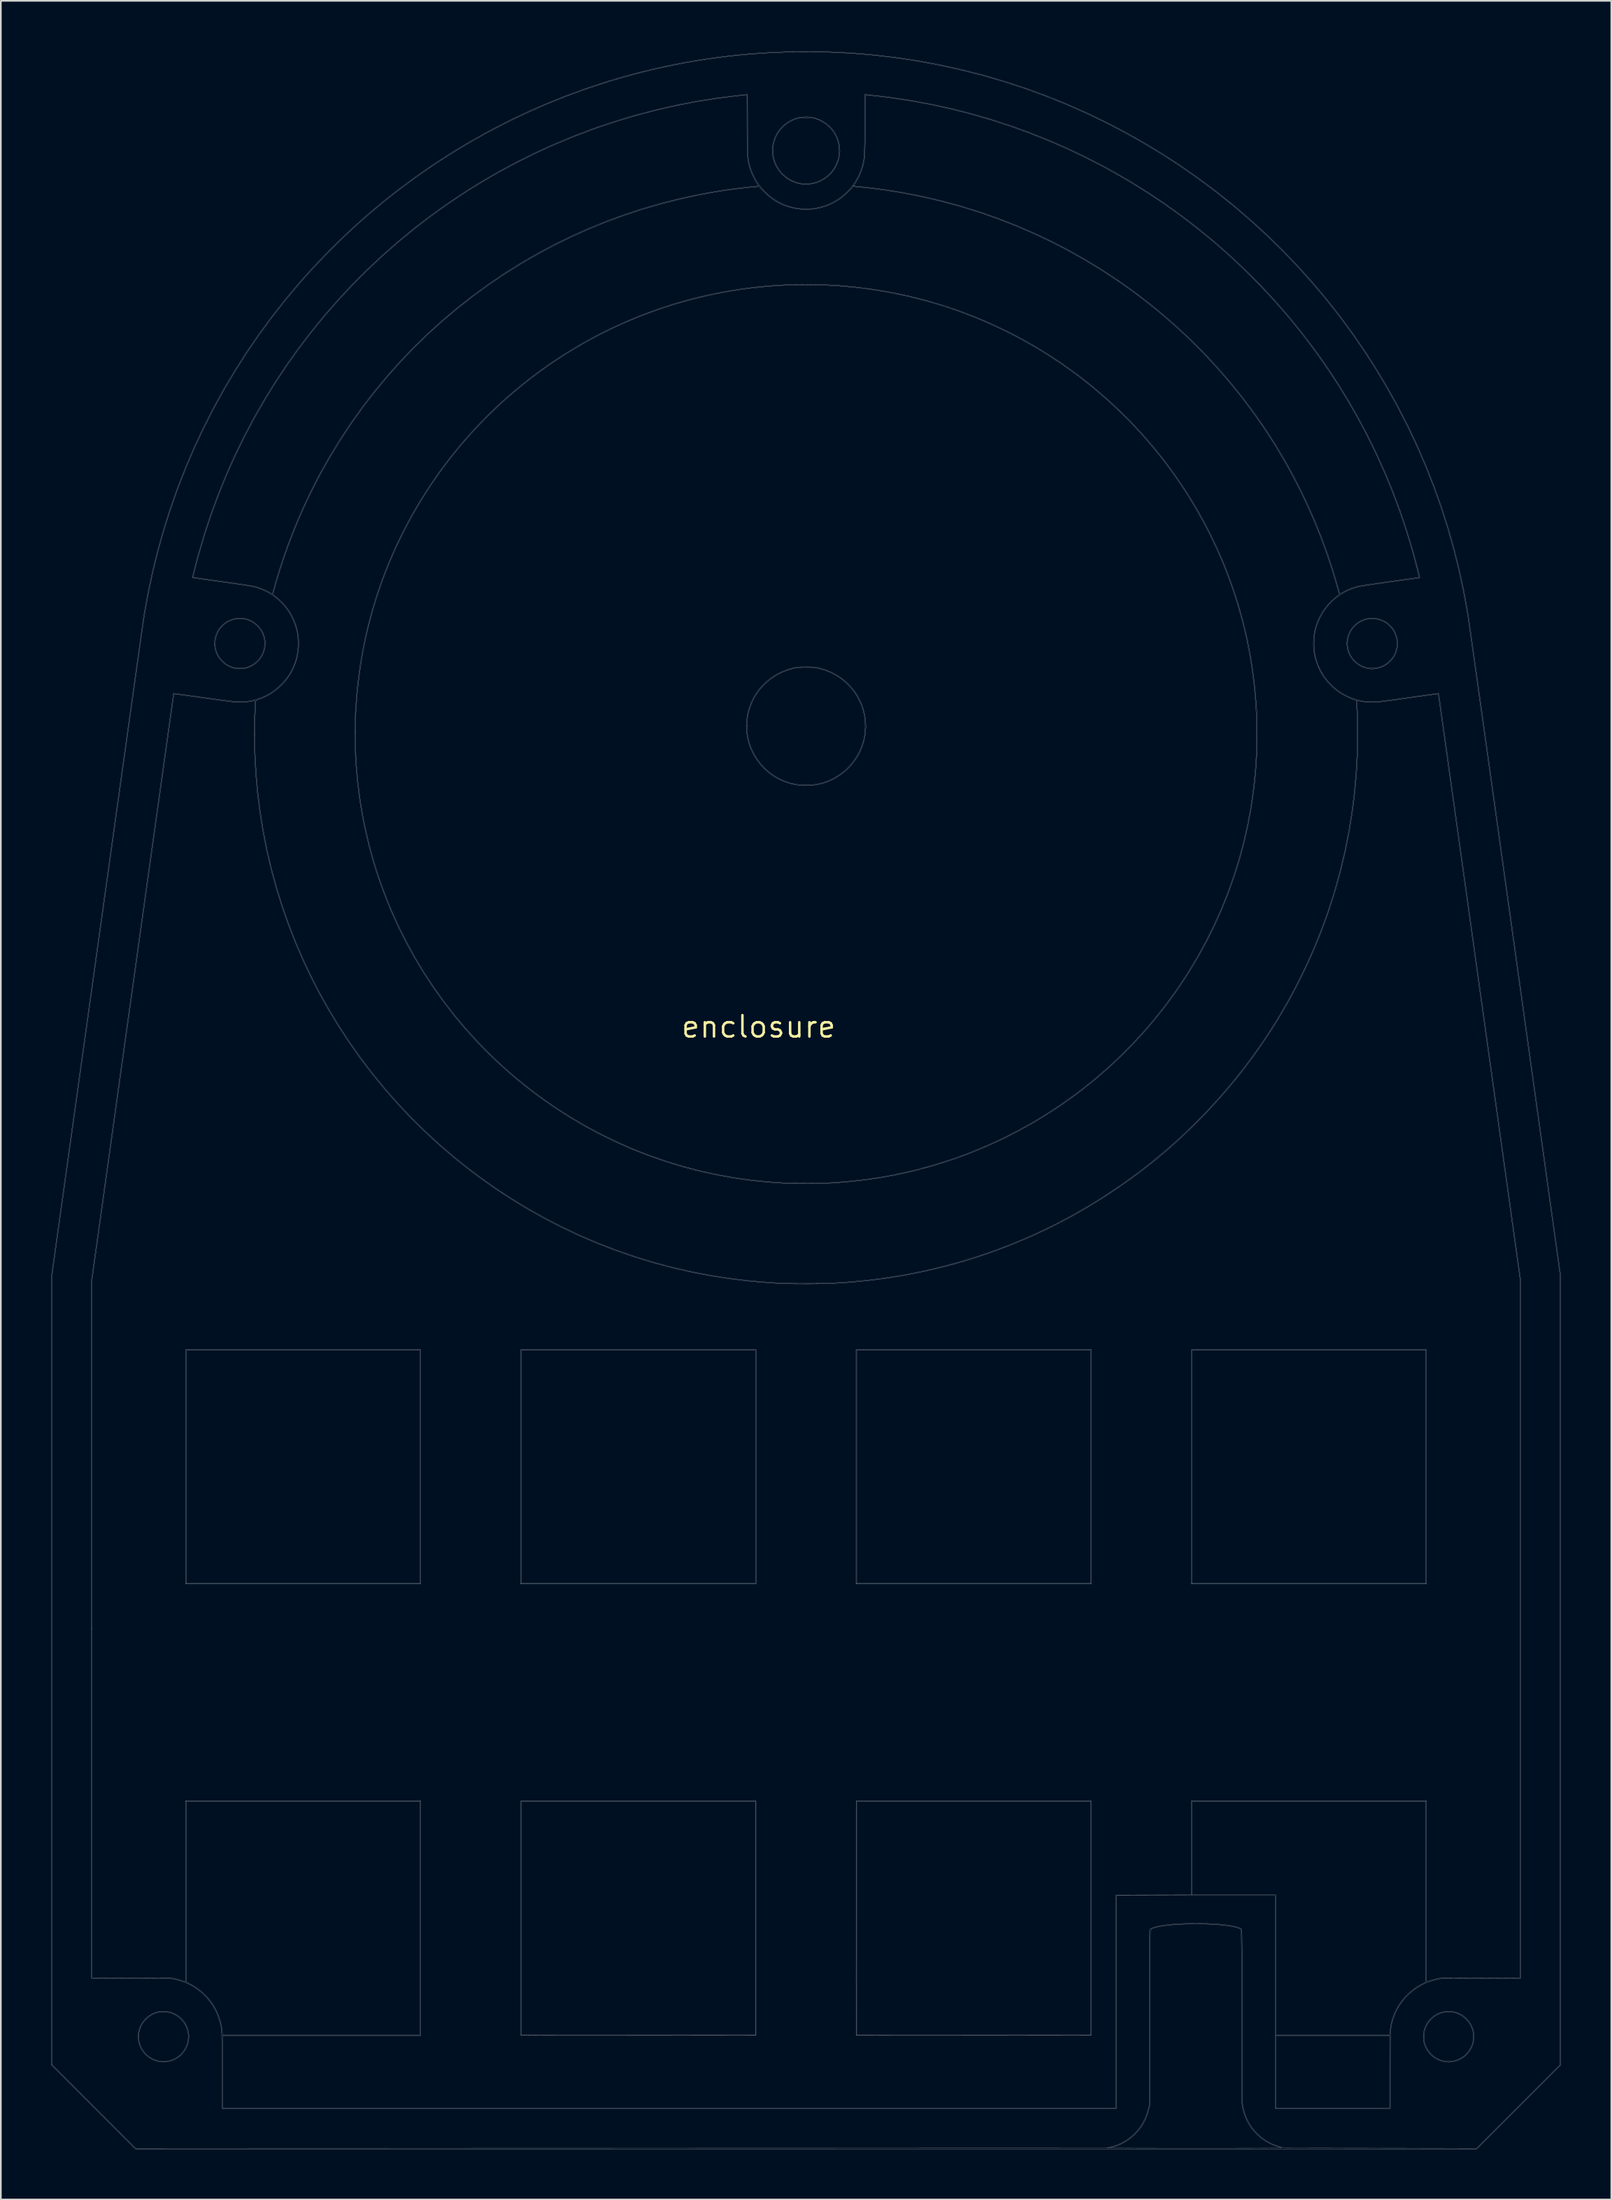
<source format=kicad_pcb>
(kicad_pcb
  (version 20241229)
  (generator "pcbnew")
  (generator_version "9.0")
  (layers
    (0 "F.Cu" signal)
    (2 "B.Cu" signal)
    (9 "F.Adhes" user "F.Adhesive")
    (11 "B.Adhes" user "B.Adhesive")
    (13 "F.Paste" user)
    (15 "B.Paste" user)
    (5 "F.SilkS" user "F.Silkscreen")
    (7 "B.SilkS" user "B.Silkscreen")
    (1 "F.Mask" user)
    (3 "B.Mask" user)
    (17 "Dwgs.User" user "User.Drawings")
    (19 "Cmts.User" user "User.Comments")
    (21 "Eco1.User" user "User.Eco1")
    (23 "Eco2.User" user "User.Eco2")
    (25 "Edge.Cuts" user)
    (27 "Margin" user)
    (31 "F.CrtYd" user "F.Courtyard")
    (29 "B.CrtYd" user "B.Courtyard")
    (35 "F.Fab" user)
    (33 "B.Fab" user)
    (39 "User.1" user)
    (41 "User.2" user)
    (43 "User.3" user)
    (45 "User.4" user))
  (footprint "enclosure"
    (layer "F.Cu")
    (at 44.973 40.21)
    (property "Reference" "enclosure" (at -2.825 17.875 0) (layer "F.SilkS") (effects (font (size 1.27 1.27) (thickness 0.15))))
    (attr through_hole)
    (fp_poly (pts (xy -22.954 51.064) (xy -36.967 51.064) (xy -36.967 37.137) (xy -36.925 37.137) (xy -36.925 51.022) (xy -22.997 51.022) (xy -22.997 37.137) (xy -36.925 37.137) (xy -36.967 37.137) (xy -36.967 37.094) (xy -22.954 37.094) (xy -22.954 51.064)) (stroke (width 0.01) (type solid)) (fill no) (layer "Dwgs.User"))
    (fp_poly (pts (xy -2.973 51.064) (xy -17.007 51.064) (xy -17.007 37.137) (xy -16.964 37.137) (xy -16.964 51.022) (xy -3.015 51.022) (xy -3.015 37.137) (xy -16.964 37.137) (xy -17.007 37.137) (xy -17.007 37.094) (xy -2.973 37.094) (xy -2.973 51.064)) (stroke (width 0.01) (type solid)) (fill no) (layer "Dwgs.User"))
    (fp_poly (pts (xy 17.008 51.064) (xy 2.975 51.064) (xy 2.975 37.137) (xy 3.017 37.137) (xy 3.017 51.022) (xy 16.966 51.022) (xy 16.966 37.137) (xy 3.017 37.137) (xy 2.975 37.137) (xy 2.975 37.094) (xy 17.008 37.094) (xy 17.008 51.064)) (stroke (width 0.01) (type solid)) (fill no) (layer "Dwgs.User"))
    (fp_poly (pts (xy 36.968 51.064) (xy 22.956 51.064) (xy 22.956 37.137) (xy 22.998 37.137) (xy 22.998 51.022) (xy 36.926 51.022) (xy 36.926 37.137) (xy 22.998 37.137) (xy 22.956 37.137) (xy 22.956 37.094) (xy 36.968 37.094) (xy 36.968 51.064)) (stroke (width 0.01) (type solid)) (fill no) (layer "Dwgs.User"))
    (fp_poly (pts (xy -2.984 77.935) (xy -9.985 77.941) (xy -10.654 77.941) (xy -11.281 77.942) (xy -11.868 77.942) (xy -12.416 77.942) (xy -12.927 77.942) (xy -13.4 77.942) (xy -13.839 77.942) (xy -14.243 77.942) (xy -14.615 77.942) (xy -14.954 77.941) (xy -15.262 77.941) (xy -15.541 77.94) (xy -15.791 77.939) (xy -16.014 77.938) (xy -16.211 77.937) (xy -16.383 77.936) (xy -16.531 77.934) (xy -16.656 77.933) (xy -16.76 77.931) (xy -16.843 77.929) (xy -16.907 77.927) (xy -16.953 77.925) (xy -16.982 77.923) (xy -16.996 77.92) (xy -16.997 77.92) (xy -16.998 77.897) (xy -16.998 77.833) (xy -16.999 77.73) (xy -17 77.589) (xy -17 77.413) (xy -17.001 77.202) (xy -17.001 76.958) (xy -17.002 76.682) (xy -17.002 76.377) (xy -17.002 76.044) (xy -17.002 75.684) (xy -17.003 75.299) (xy -17.003 74.89) (xy -17.003 74.46) (xy -17.003 74.009) (xy -17.003 73.54) (xy -17.003 73.053) (xy -17.002 72.551) (xy -17.002 72.034) (xy -17.002 71.505) (xy -17.002 70.965) (xy -17.002 70.929) (xy -16.996 63.997) (xy -16.964 63.997) (xy -16.964 77.904) (xy -3.015 77.904) (xy -3.015 63.997) (xy -16.964 63.997) (xy -16.996 63.997) (xy -16.996 63.965) (xy -2.984 63.965) (xy -2.984 77.935)) (stroke (width 0.01) (type solid)) (fill no) (layer "Dwgs.User"))
    (fp_poly (pts (xy 16.998 77.935) (xy 9.996 77.941) (xy 9.328 77.941) (xy 8.701 77.942) (xy 8.114 77.942) (xy 7.565 77.942) (xy 7.055 77.942) (xy 6.581 77.942) (xy 6.142 77.942) (xy 5.738 77.942) (xy 5.367 77.942) (xy 5.028 77.941) (xy 4.719 77.941) (xy 4.44 77.94) (xy 4.19 77.939) (xy 3.967 77.938) (xy 3.77 77.937) (xy 3.598 77.936) (xy 3.45 77.934) (xy 3.325 77.933) (xy 3.221 77.931) (xy 3.138 77.929) (xy 3.074 77.927) (xy 3.028 77.925) (xy 2.999 77.923) (xy 2.986 77.92) (xy 2.984 77.92) (xy 2.984 77.897) (xy 2.983 77.833) (xy 2.982 77.73) (xy 2.982 77.589) (xy 2.981 77.413) (xy 2.981 77.202) (xy 2.98 76.958) (xy 2.98 76.682) (xy 2.979 76.377) (xy 2.979 76.044) (xy 2.979 75.684) (xy 2.979 75.299) (xy 2.979 74.89) (xy 2.978 74.46) (xy 2.978 74.009) (xy 2.979 73.54) (xy 2.979 73.053) (xy 2.979 72.551) (xy 2.979 72.034) (xy 2.979 71.505) (xy 2.98 70.965) (xy 2.98 70.929) (xy 2.985 63.997) (xy 3.017 63.997) (xy 3.017 77.904) (xy 16.966 77.904) (xy 16.966 63.997) (xy 3.017 63.997) (xy 2.985 63.997) (xy 2.985 63.965) (xy 16.998 63.965) (xy 16.998 77.935)) (stroke (width 0.01) (type solid)) (fill no) (layer "Dwgs.User"))
    (fp_poly (pts (xy 34.01 -6.435) (xy 34.253 -6.368) (xy 34.428 -6.293) (xy 34.598 -6.189) (xy 34.762 -6.054) (xy 34.909 -5.898) (xy 35.031 -5.73) (xy 35.08 -5.641) (xy 35.179 -5.398) (xy 35.235 -5.154) (xy 35.25 -4.907) (xy 35.222 -4.659) (xy 35.159 -4.428) (xy 35.09 -4.262) (xy 35.002 -4.111) (xy 34.886 -3.965) (xy 34.809 -3.883) (xy 34.617 -3.716) (xy 34.407 -3.586) (xy 34.178 -3.495) (xy 33.932 -3.441) (xy 33.82 -3.428) (xy 33.729 -3.422) (xy 33.641 -3.426) (xy 33.537 -3.438) (xy 33.508 -3.442) (xy 33.272 -3.497) (xy 33.051 -3.588) (xy 32.85 -3.711) (xy 32.672 -3.862) (xy 32.518 -4.038) (xy 32.393 -4.235) (xy 32.298 -4.448) (xy 32.238 -4.675) (xy 32.214 -4.911) (xy 32.221 -5.025) (xy 32.258 -5.025) (xy 32.264 -4.799) (xy 32.304 -4.579) (xy 32.377 -4.368) (xy 32.481 -4.17) (xy 32.613 -3.989) (xy 32.773 -3.829) (xy 32.959 -3.693) (xy 33.168 -3.584) (xy 33.399 -3.507) (xy 33.529 -3.481) (xy 33.639 -3.472) (xy 33.773 -3.473) (xy 33.914 -3.484) (xy 34.045 -3.504) (xy 34.099 -3.516) (xy 34.329 -3.597) (xy 34.539 -3.713) (xy 34.726 -3.86) (xy 34.887 -4.034) (xy 35.019 -4.233) (xy 35.118 -4.451) (xy 35.182 -4.686) (xy 35.204 -4.856) (xy 35.202 -5.075) (xy 35.165 -5.291) (xy 35.089 -5.51) (xy 35.049 -5.598) (xy 34.999 -5.696) (xy 34.95 -5.776) (xy 34.892 -5.85) (xy 34.817 -5.932) (xy 34.769 -5.982) (xy 34.678 -6.07) (xy 34.601 -6.135) (xy 34.525 -6.187) (xy 34.438 -6.235) (xy 34.385 -6.262) (xy 34.147 -6.355) (xy 33.905 -6.407) (xy 33.663 -6.418) (xy 33.424 -6.388) (xy 33.191 -6.317) (xy 32.989 -6.218) (xy 32.884 -6.147) (xy 32.77 -6.051) (xy 32.657 -5.941) (xy 32.556 -5.828) (xy 32.478 -5.723) (xy 32.464 -5.701) (xy 32.356 -5.479) (xy 32.288 -5.253) (xy 32.258 -5.025) (xy 32.221 -5.025) (xy 32.227 -5.133) (xy 32.281 -5.386) (xy 32.373 -5.618) (xy 32.501 -5.829) (xy 32.659 -6.013) (xy 32.853 -6.179) (xy 33.065 -6.307) (xy 33.29 -6.398) (xy 33.524 -6.449) (xy 33.766 -6.462) (xy 34.01 -6.435)) (stroke (width 0.01) (type solid)) (fill no) (layer "Dwgs.User"))
    (fp_poly (pts (xy -38.049 76.507) (xy -37.813 76.564) (xy -37.588 76.66) (xy -37.376 76.795) (xy -37.197 76.951) (xy -37.106 77.049) (xy -37.036 77.139) (xy -36.976 77.239) (xy -36.938 77.313) (xy -36.864 77.476) (xy -36.814 77.621) (xy -36.784 77.764) (xy -36.771 77.918) (xy -36.769 78.01) (xy -36.778 78.198) (xy -36.806 78.364) (xy -36.856 78.525) (xy -36.923 78.676) (xy -37.049 78.893) (xy -37.202 79.077) (xy -37.384 79.231) (xy -37.598 79.359) (xy -37.612 79.366) (xy -37.708 79.408) (xy -37.806 79.447) (xy -37.89 79.475) (xy -37.904 79.479) (xy -38.039 79.504) (xy -38.195 79.519) (xy -38.353 79.522) (xy -38.492 79.513) (xy -38.508 79.51) (xy -38.744 79.454) (xy -38.967 79.36) (xy -39.173 79.233) (xy -39.356 79.076) (xy -39.513 78.893) (xy -39.638 78.688) (xy -39.71 78.518) (xy -39.773 78.278) (xy -39.796 78.036) (xy -39.791 77.952) (xy -39.751 77.952) (xy -39.747 78.141) (xy -39.723 78.321) (xy -39.693 78.436) (xy -39.595 78.672) (xy -39.464 78.882) (xy -39.305 79.066) (xy -39.119 79.22) (xy -38.91 79.342) (xy -38.681 79.428) (xy -38.544 79.46) (xy -38.41 79.481) (xy -38.295 79.488) (xy -38.176 79.481) (xy -38.083 79.47) (xy -37.847 79.416) (xy -37.629 79.326) (xy -37.429 79.206) (xy -37.252 79.058) (xy -37.101 78.885) (xy -36.977 78.693) (xy -36.884 78.484) (xy -36.826 78.263) (xy -36.804 78.033) (xy -36.816 77.839) (xy -36.865 77.6) (xy -36.944 77.386) (xy -37.058 77.191) (xy -37.209 77.007) (xy -37.242 76.973) (xy -37.415 76.82) (xy -37.598 76.703) (xy -37.801 76.613) (xy -37.845 76.598) (xy -38.014 76.558) (xy -38.203 76.538) (xy -38.396 76.54) (xy -38.579 76.563) (xy -38.681 76.588) (xy -38.873 76.658) (xy -39.037 76.744) (xy -39.188 76.853) (xy -39.317 76.972) (xy -39.453 77.122) (xy -39.558 77.273) (xy -39.64 77.439) (xy -39.701 77.607) (xy -39.736 77.769) (xy -39.751 77.952) (xy -39.791 77.952) (xy -39.782 77.799) (xy -39.731 77.569) (xy -39.647 77.351) (xy -39.531 77.148) (xy -39.384 76.966) (xy -39.21 76.807) (xy -39.01 76.676) (xy -38.788 76.578) (xy -38.54 76.513) (xy -38.293 76.49) (xy -38.049 76.507)) (stroke (width 0.01) (type solid)) (fill no) (layer "Dwgs.User"))
    (fp_poly (pts (xy 38.46 76.502) (xy 38.705 76.551) (xy 38.926 76.633) (xy 39.128 76.749) (xy 39.319 76.904) (xy 39.322 76.906) (xy 39.489 77.091) (xy 39.622 77.296) (xy 39.719 77.518) (xy 39.778 77.753) (xy 39.799 77.995) (xy 39.781 78.241) (xy 39.723 78.486) (xy 39.712 78.518) (xy 39.613 78.74) (xy 39.479 78.941) (xy 39.316 79.118) (xy 39.126 79.267) (xy 38.913 79.385) (xy 38.682 79.47) (xy 38.484 79.511) (xy 38.371 79.524) (xy 38.281 79.53) (xy 38.194 79.526) (xy 38.09 79.514) (xy 38.059 79.51) (xy 37.835 79.458) (xy 37.616 79.369) (xy 37.412 79.25) (xy 37.231 79.104) (xy 37.105 78.967) (xy 37.017 78.84) (xy 36.934 78.69) (xy 36.862 78.534) (xy 36.811 78.388) (xy 36.807 78.369) (xy 36.784 78.243) (xy 36.773 78.092) (xy 36.773 78.005) (xy 36.808 78.005) (xy 36.827 78.244) (xy 36.885 78.476) (xy 36.981 78.697) (xy 37.115 78.902) (xy 37.243 79.047) (xy 37.433 79.209) (xy 37.642 79.335) (xy 37.866 79.424) (xy 38.1 79.473) (xy 38.341 79.483) (xy 38.535 79.461) (xy 38.776 79.396) (xy 38.999 79.295) (xy 39.2 79.16) (xy 39.376 78.994) (xy 39.524 78.799) (xy 39.641 78.579) (xy 39.692 78.443) (xy 39.732 78.274) (xy 39.752 78.086) (xy 39.751 77.894) (xy 39.728 77.712) (xy 39.702 77.607) (xy 39.632 77.416) (xy 39.547 77.253) (xy 39.438 77.102) (xy 39.318 76.972) (xy 39.167 76.835) (xy 39.015 76.73) (xy 38.848 76.647) (xy 38.683 76.588) (xy 38.516 76.552) (xy 38.328 76.537) (xy 38.134 76.543) (xy 37.951 76.57) (xy 37.847 76.598) (xy 37.638 76.683) (xy 37.452 76.794) (xy 37.278 76.939) (xy 37.244 76.973) (xy 37.11 77.121) (xy 37.008 77.267) (xy 36.928 77.426) (xy 36.892 77.52) (xy 36.83 77.762) (xy 36.808 78.005) (xy 36.773 78.005) (xy 36.772 77.933) (xy 36.783 77.783) (xy 36.804 77.656) (xy 36.806 77.65) (xy 36.832 77.569) (xy 36.871 77.467) (xy 36.916 77.361) (xy 36.939 77.313) (xy 37.062 77.109) (xy 37.217 76.93) (xy 37.397 76.777) (xy 37.6 76.654) (xy 37.818 76.563) (xy 38.048 76.508) (xy 38.285 76.49) (xy 38.46 76.502)) (stroke (width 0.01) (type solid)) (fill no) (layer "Dwgs.User"))
    (fp_poly (pts (xy -33.459 -6.439) (xy -33.227 -6.377) (xy -33.005 -6.277) (xy -32.798 -6.138) (xy -32.658 -6.013) (xy -32.496 -5.823) (xy -32.37 -5.615) (xy -32.281 -5.393) (xy -32.229 -5.162) (xy -32.214 -4.926) (xy -32.237 -4.69) (xy -32.296 -4.456) (xy -32.394 -4.23) (xy -32.53 -4.016) (xy -32.554 -3.985) (xy -32.685 -3.845) (xy -32.847 -3.715) (xy -33.028 -3.603) (xy -33.217 -3.516) (xy -33.353 -3.473) (xy -33.489 -3.448) (xy -33.645 -3.433) (xy -33.801 -3.43) (xy -33.94 -3.439) (xy -33.957 -3.442) (xy -34.194 -3.498) (xy -34.414 -3.591) (xy -34.616 -3.715) (xy -34.795 -3.868) (xy -34.949 -4.046) (xy -35.074 -4.244) (xy -35.168 -4.459) (xy -35.228 -4.687) (xy -35.245 -4.876) (xy -35.204 -4.876) (xy -35.174 -4.637) (xy -35.103 -4.404) (xy -35.004 -4.202) (xy -34.932 -4.097) (xy -34.836 -3.983) (xy -34.726 -3.87) (xy -34.614 -3.769) (xy -34.509 -3.69) (xy -34.486 -3.676) (xy -34.346 -3.606) (xy -34.184 -3.544) (xy -34.023 -3.498) (xy -33.945 -3.483) (xy -33.819 -3.472) (xy -33.67 -3.474) (xy -33.519 -3.487) (xy -33.382 -3.511) (xy -33.361 -3.516) (xy -33.137 -3.595) (xy -32.931 -3.707) (xy -32.748 -3.85) (xy -32.588 -4.019) (xy -32.457 -4.208) (xy -32.356 -4.415) (xy -32.288 -4.635) (xy -32.256 -4.863) (xy -32.263 -5.096) (xy -32.266 -5.121) (xy -32.316 -5.36) (xy -32.397 -5.574) (xy -32.512 -5.769) (xy -32.666 -5.953) (xy -32.691 -5.979) (xy -32.885 -6.145) (xy -33.094 -6.273) (xy -33.315 -6.361) (xy -33.546 -6.41) (xy -33.783 -6.419) (xy -34.023 -6.387) (xy -34.264 -6.314) (xy -34.383 -6.262) (xy -34.482 -6.212) (xy -34.561 -6.163) (xy -34.636 -6.105) (xy -34.718 -6.03) (xy -34.767 -5.982) (xy -34.855 -5.89) (xy -34.921 -5.814) (xy -34.973 -5.738) (xy -35.021 -5.651) (xy -35.048 -5.598) (xy -35.141 -5.359) (xy -35.193 -5.118) (xy -35.204 -4.876) (xy -35.245 -4.876) (xy -35.249 -4.924) (xy -35.245 -5.048) (xy -35.22 -5.239) (xy -35.174 -5.414) (xy -35.102 -5.592) (xy -35.078 -5.641) (xy -34.975 -5.811) (xy -34.84 -5.975) (xy -34.683 -6.122) (xy -34.516 -6.243) (xy -34.427 -6.293) (xy -34.187 -6.39) (xy -33.943 -6.446) (xy -33.699 -6.463) (xy -33.459 -6.439)) (stroke (width 0.01) (type solid)) (fill no) (layer "Dwgs.User"))
    (fp_poly (pts (xy 0.122 -36.304) (xy 0.304 -36.286) (xy 0.321 -36.283) (xy 0.609 -36.212) (xy 0.878 -36.106) (xy 1.124 -35.966) (xy 1.346 -35.796) (xy 1.54 -35.597) (xy 1.705 -35.373) (xy 1.837 -35.125) (xy 1.936 -34.857) (xy 1.998 -34.57) (xy 2.005 -34.511) (xy 2.018 -34.231) (xy 1.99 -33.957) (xy 1.925 -33.692) (xy 1.825 -33.439) (xy 1.693 -33.201) (xy 1.53 -32.984) (xy 1.34 -32.789) (xy 1.124 -32.621) (xy 0.886 -32.482) (xy 0.628 -32.376) (xy 0.473 -32.333) (xy 0.331 -32.306) (xy 0.169 -32.288) (xy 0.004 -32.279) (xy -0.149 -32.28) (xy -0.254 -32.289) (xy -0.546 -32.351) (xy -0.82 -32.45) (xy -1.073 -32.587) (xy -1.305 -32.76) (xy -1.462 -32.911) (xy -1.645 -33.133) (xy -1.79 -33.369) (xy -1.898 -33.616) (xy -1.971 -33.87) (xy -2.009 -34.127) (xy -2.01 -34.201) (xy -1.967 -34.201) (xy -1.951 -34.005) (xy -1.92 -33.83) (xy -1.919 -33.829) (xy -1.832 -33.56) (xy -1.709 -33.311) (xy -1.556 -33.085) (xy -1.375 -32.883) (xy -1.17 -32.708) (xy -0.945 -32.562) (xy -0.702 -32.448) (xy -0.445 -32.368) (xy -0.177 -32.324) (xy 0.098 -32.319) (xy 0.258 -32.334) (xy 0.538 -32.394) (xy 0.803 -32.491) (xy 1.049 -32.623) (xy 1.273 -32.787) (xy 1.471 -32.98) (xy 1.642 -33.2) (xy 1.781 -33.444) (xy 1.886 -33.708) (xy 1.921 -33.829) (xy 1.954 -34.016) (xy 1.969 -34.224) (xy 1.965 -34.438) (xy 1.943 -34.641) (xy 1.92 -34.755) (xy 1.831 -35.028) (xy 1.704 -35.283) (xy 1.544 -35.517) (xy 1.351 -35.725) (xy 1.13 -35.906) (xy 0.882 -36.055) (xy 0.835 -36.078) (xy 0.681 -36.146) (xy 0.54 -36.196) (xy 0.399 -36.228) (xy 0.247 -36.247) (xy 0.07 -36.255) (xy 0.001 -36.255) (xy -0.188 -36.251) (xy -0.347 -36.236) (xy -0.49 -36.209) (xy -0.629 -36.165) (xy -0.778 -36.104) (xy -0.834 -36.078) (xy -1.089 -35.933) (xy -1.316 -35.757) (xy -1.514 -35.552) (xy -1.681 -35.321) (xy -1.814 -35.065) (xy -1.911 -34.787) (xy -1.917 -34.767) (xy -1.949 -34.597) (xy -1.966 -34.403) (xy -1.967 -34.201) (xy -2.01 -34.201) (xy -2.013 -34.385) (xy -1.984 -34.641) (xy -1.923 -34.89) (xy -1.832 -35.13) (xy -1.711 -35.357) (xy -1.561 -35.568) (xy -1.384 -35.76) (xy -1.18 -35.929) (xy -0.949 -36.072) (xy -0.695 -36.186) (xy -0.454 -36.259) (xy -0.276 -36.29) (xy -0.078 -36.305) (xy 0.122 -36.304)) (stroke (width 0.01) (type solid)) (fill no) (layer "Dwgs.User"))
    (fp_poly (pts (xy 0.165 -3.554) (xy 0.296 -3.553) (xy 0.4 -3.549) (xy 0.486 -3.543) (xy 0.561 -3.534) (xy 0.634 -3.522) (xy 0.707 -3.507) (xy 1.086 -3.404) (xy 1.446 -3.265) (xy 1.786 -3.092) (xy 2.103 -2.888) (xy 2.394 -2.653) (xy 2.658 -2.39) (xy 2.893 -2.101) (xy 3.095 -1.787) (xy 3.264 -1.451) (xy 3.377 -1.156) (xy 3.483 -0.777) (xy 3.546 -0.4) (xy 3.568 -0.024) (xy 3.547 0.351) (xy 3.484 0.728) (xy 3.379 1.107) (xy 3.377 1.113) (xy 3.24 1.462) (xy 3.065 1.792) (xy 2.857 2.102) (xy 2.617 2.388) (xy 2.349 2.648) (xy 2.055 2.88) (xy 1.738 3.08) (xy 1.401 3.246) (xy 1.118 3.353) (xy 0.924 3.411) (xy 0.74 3.454) (xy 0.554 3.485) (xy 0.354 3.503) (xy 0.127 3.513) (xy 0.064 3.514) (xy -0.067 3.515) (xy -0.189 3.516) (xy -0.293 3.515) (xy -0.37 3.513) (xy -0.412 3.51) (xy -0.755 3.45) (xy -1.101 3.353) (xy -1.439 3.225) (xy -1.758 3.069) (xy -1.883 2.996) (xy -2.179 2.79) (xy -2.456 2.55) (xy -2.709 2.281) (xy -2.935 1.987) (xy -3.129 1.673) (xy -3.289 1.345) (xy -3.376 1.113) (xy -3.481 0.734) (xy -3.545 0.357) (xy -3.566 -0.019) (xy -3.565 -0.032) (xy -3.515 -0.032) (xy -3.51 0.198) (xy -3.494 0.414) (xy -3.467 0.604) (xy -3.464 0.619) (xy -3.411 0.853) (xy -3.346 1.068) (xy -3.265 1.281) (xy -3.162 1.507) (xy -3.143 1.545) (xy -2.958 1.871) (xy -2.739 2.174) (xy -2.489 2.453) (xy -2.211 2.703) (xy -1.909 2.923) (xy -1.586 3.11) (xy -1.244 3.261) (xy -0.994 3.344) (xy -0.681 3.418) (xy -0.353 3.465) (xy -0.021 3.483) (xy 0.302 3.473) (xy 0.565 3.44) (xy 0.946 3.356) (xy 1.302 3.238) (xy 1.637 3.085) (xy 1.954 2.895) (xy 2.254 2.666) (xy 2.442 2.497) (xy 2.706 2.216) (xy 2.935 1.909) (xy 3.13 1.581) (xy 3.288 1.232) (xy 3.408 0.864) (xy 3.465 0.623) (xy 3.494 0.431) (xy 3.511 0.211) (xy 3.517 -0.021) (xy 3.511 -0.254) (xy 3.494 -0.473) (xy 3.465 -0.665) (xy 3.465 -0.665) (xy 3.37 -1.043) (xy 3.241 -1.397) (xy 3.076 -1.73) (xy 2.874 -2.044) (xy 2.634 -2.342) (xy 2.42 -2.563) (xy 2.133 -2.81) (xy 1.822 -3.023) (xy 1.487 -3.202) (xy 1.13 -3.345) (xy 0.753 -3.452) (xy 0.697 -3.465) (xy 0.613 -3.481) (xy 0.536 -3.494) (xy 0.457 -3.503) (xy 0.368 -3.509) (xy 0.26 -3.512) (xy 0.124 -3.514) (xy 0.001 -3.514) (xy -0.161 -3.513) (xy -0.289 -3.511) (xy -0.391 -3.508) (xy -0.477 -3.501) (xy -0.554 -3.491) (xy -0.632 -3.478) (xy -0.695 -3.465) (xy -1.077 -3.362) (xy -1.438 -3.224) (xy -1.777 -3.049) (xy -2.094 -2.838) (xy -2.388 -2.592) (xy -2.43 -2.552) (xy -2.698 -2.267) (xy -2.928 -1.967) (xy -3.119 -1.649) (xy -3.275 -1.312) (xy -3.395 -0.952) (xy -3.464 -0.663) (xy -3.492 -0.476) (xy -3.509 -0.261) (xy -3.515 -0.032) (xy -3.565 -0.032) (xy -3.545 -0.394) (xy -3.483 -0.771) (xy -3.378 -1.15) (xy -3.376 -1.156) (xy -3.237 -1.509) (xy -3.062 -1.841) (xy -2.854 -2.151) (xy -2.614 -2.436) (xy -2.345 -2.694) (xy -2.049 -2.924) (xy -1.728 -3.123) (xy -1.385 -3.291) (xy -1.02 -3.424) (xy -0.701 -3.508) (xy -0.624 -3.524) (xy -0.552 -3.535) (xy -0.476 -3.544) (xy -0.388 -3.55) (xy -0.281 -3.553) (xy -0.146 -3.555) (xy 0.001 -3.555) (xy 0.165 -3.554)) (stroke (width 0.01) (type solid)) (fill no) (layer "Dwgs.User"))
    (fp_poly (pts (xy 1.423 -26.302) (xy 1.969 -26.267) (xy 3.04 -26.168) (xy 4.1 -26.028) (xy 5.15 -25.848) (xy 6.188 -25.626) (xy 7.215 -25.364) (xy 8.23 -25.062) (xy 9.232 -24.72) (xy 10.22 -24.337) (xy 11.194 -23.915) (xy 12.154 -23.453) (xy 13.098 -22.952) (xy 13.409 -22.777) (xy 14.314 -22.233) (xy 15.197 -21.655) (xy 16.057 -21.042) (xy 16.892 -20.396) (xy 17.7 -19.718) (xy 18.482 -19.009) (xy 19.236 -18.27) (xy 19.959 -17.503) (xy 20.652 -16.709) (xy 21.313 -15.888) (xy 21.941 -15.042) (xy 22.437 -14.319) (xy 23.009 -13.419) (xy 23.541 -12.505) (xy 24.034 -11.577) (xy 24.488 -10.632) (xy 24.904 -9.67) (xy 25.282 -8.69) (xy 25.508 -8.044) (xy 25.773 -7.209) (xy 26.008 -6.378) (xy 26.214 -5.547) (xy 26.391 -4.709) (xy 26.541 -3.86) (xy 26.666 -2.992) (xy 26.765 -2.101) (xy 26.84 -1.182) (xy 26.854 -0.963) (xy 26.868 -0.677) (xy 26.878 -0.357) (xy 26.883 -0.009) (xy 26.884 0.359) (xy 26.88 0.74) (xy 26.873 1.126) (xy 26.861 1.509) (xy 26.846 1.883) (xy 26.827 2.241) (xy 26.804 2.574) (xy 26.797 2.667) (xy 26.689 3.722) (xy 26.539 4.77) (xy 26.349 5.808) (xy 26.118 6.837) (xy 25.846 7.854) (xy 25.535 8.859) (xy 25.185 9.85) (xy 24.796 10.827) (xy 24.368 11.788) (xy 23.901 12.733) (xy 23.397 13.659) (xy 22.856 14.567) (xy 22.278 15.455) (xy 22.134 15.663) (xy 21.511 16.524) (xy 20.856 17.358) (xy 20.17 18.164) (xy 19.454 18.941) (xy 18.71 19.688) (xy 17.938 20.404) (xy 17.14 21.09) (xy 16.316 21.743) (xy 15.467 22.363) (xy 14.595 22.95) (xy 13.701 23.503) (xy 12.785 24.02) (xy 11.848 24.502) (xy 10.892 24.947) (xy 9.917 25.355) (xy 8.925 25.724) (xy 8.573 25.845) (xy 7.562 26.161) (xy 6.542 26.437) (xy 5.513 26.671) (xy 4.473 26.865) (xy 3.422 27.019) (xy 2.359 27.132) (xy 1.283 27.205) (xy 1.197 27.209) (xy 1.039 27.215) (xy 0.847 27.22) (xy 0.628 27.223) (xy 0.388 27.226) (xy 0.136 27.227) (xy -0.12 27.227) (xy -0.375 27.226) (xy -0.619 27.223) (xy -0.846 27.22) (xy -1.048 27.215) (xy -1.217 27.21) (xy -1.259 27.208) (xy -2.325 27.137) (xy -3.385 27.025) (xy -4.436 26.871) (xy -5.479 26.677) (xy -6.511 26.443) (xy -7.532 26.169) (xy -8.54 25.854) (xy -9.535 25.501) (xy -10.516 25.109) (xy -11.481 24.677) (xy -12.429 24.208) (xy -13.36 23.7) (xy -14.213 23.191) (xy -15.107 22.61) (xy -15.977 21.995) (xy -16.822 21.346) (xy -17.64 20.664) (xy -18.431 19.951) (xy -19.193 19.207) (xy -19.926 18.434) (xy -20.628 17.631) (xy -20.967 17.219) (xy -21.618 16.379) (xy -22.234 15.516) (xy -22.815 14.63) (xy -23.359 13.722) (xy -23.867 12.795) (xy -24.338 11.848) (xy -24.771 10.883) (xy -24.938 10.48) (xy -25.316 9.49) (xy -25.654 8.488) (xy -25.951 7.475) (xy -26.208 6.453) (xy -26.424 5.421) (xy -26.599 4.382) (xy -26.732 3.336) (xy -26.824 2.284) (xy -26.875 1.227) (xy -26.881 0.554) (xy -26.836 0.554) (xy -26.835 0.815) (xy -26.832 1.067) (xy -26.829 1.303) (xy -26.824 1.518) (xy -26.818 1.704) (xy -26.811 1.855) (xy -26.81 1.873) (xy -26.759 2.595) (xy -26.694 3.286) (xy -26.616 3.955) (xy -26.521 4.611) (xy -26.41 5.262) (xy -26.282 5.92) (xy -26.268 5.983) (xy -26.031 7.005) (xy -25.754 8.015) (xy -25.438 9.011) (xy -25.083 9.992) (xy -24.69 10.958) (xy -24.26 11.907) (xy -23.794 12.837) (xy -23.291 13.749) (xy -22.754 14.64) (xy -22.182 15.51) (xy -21.576 16.358) (xy -20.938 17.183) (xy -20.267 17.983) (xy -19.565 18.757) (xy -18.831 19.505) (xy -18.068 20.226) (xy -17.275 20.917) (xy -16.453 21.579) (xy -15.647 22.179) (xy -14.792 22.766) (xy -13.912 23.321) (xy -13.011 23.843) (xy -12.093 24.329) (xy -11.161 24.777) (xy -10.265 25.166) (xy -9.285 25.548) (xy -8.289 25.891) (xy -7.281 26.195) (xy -6.262 26.459) (xy -5.235 26.683) (xy -4.201 26.867) (xy -3.163 27.009) (xy -2.123 27.11) (xy -1.587 27.146) (xy -1.45 27.153) (xy -1.319 27.161) (xy -1.203 27.167) (xy -1.111 27.173) (xy -1.058 27.176) (xy -0.988 27.178) (xy -0.882 27.18) (xy -0.744 27.181) (xy -0.579 27.181) (xy -0.392 27.18) (xy -0.188 27.179) (xy 0.026 27.178) (xy 0.247 27.176) (xy 0.47 27.173) (xy 0.688 27.17) (xy 0.897 27.167) (xy 1.091 27.164) (xy 1.266 27.16) (xy 1.417 27.157) (xy 1.537 27.153) (xy 1.623 27.149) (xy 1.641 27.148) (xy 2.299 27.095) (xy 2.922 27.034) (xy 3.518 26.965) (xy 4.095 26.884) (xy 4.659 26.793) (xy 5.219 26.689) (xy 5.782 26.571) (xy 6.355 26.438) (xy 6.541 26.392) (xy 7.556 26.118) (xy 8.559 25.803) (xy 9.55 25.449) (xy 10.526 25.056) (xy 11.487 24.624) (xy 12.43 24.156) (xy 13.355 23.651) (xy 14.259 23.11) (xy 15.141 22.534) (xy 16 21.924) (xy 16.833 21.281) (xy 17.22 20.964) (xy 18.026 20.264) (xy 18.797 19.54) (xy 19.536 18.79) (xy 20.243 18.013) (xy 20.92 17.207) (xy 21.568 16.372) (xy 21.568 16.372) (xy 22.185 15.508) (xy 22.765 14.625) (xy 23.308 13.724) (xy 23.813 12.804) (xy 24.28 11.869) (xy 24.709 10.918) (xy 25.1 9.952) (xy 25.451 8.973) (xy 25.764 7.982) (xy 26.038 6.98) (xy 26.273 5.968) (xy 26.468 4.947) (xy 26.622 3.918) (xy 26.737 2.883) (xy 26.811 1.841) (xy 26.845 0.795) (xy 26.837 -0.255) (xy 26.789 -1.307) (xy 26.699 -2.36) (xy 26.567 -3.414) (xy 26.436 -4.234) (xy 26.234 -5.26) (xy 25.99 -6.277) (xy 25.707 -7.284) (xy 25.384 -8.277) (xy 25.022 -9.258) (xy 24.622 -10.224) (xy 24.183 -11.174) (xy 23.708 -12.106) (xy 23.195 -13.02) (xy 22.647 -13.915) (xy 22.063 -14.789) (xy 21.445 -15.64) (xy 20.792 -16.469) (xy 20.105 -17.272) (xy 20.075 -17.307) (xy 19.349 -18.089) (xy 18.595 -18.84) (xy 17.813 -19.559) (xy 17.004 -20.247) (xy 16.17 -20.901) (xy 15.311 -21.521) (xy 14.428 -22.107) (xy 13.523 -22.659) (xy 12.595 -23.174) (xy 11.647 -23.653) (xy 10.679 -24.095) (xy 10.02 -24.37) (xy 9.032 -24.744) (xy 8.032 -25.078) (xy 7.021 -25.372) (xy 6.001 -25.625) (xy 4.972 -25.838) (xy 3.936 -26.011) (xy 2.894 -26.144) (xy 1.848 -26.235) (xy 0.8 -26.286) (xy -0.251 -26.297) (xy -1.302 -26.267) (xy -2.352 -26.196) (xy -3.399 -26.084) (xy -4.443 -25.931) (xy -5.481 -25.737) (xy -6.513 -25.502) (xy -7.443 -25.254) (xy -8.451 -24.943) (xy -9.443 -24.593) (xy -10.417 -24.206) (xy -11.372 -23.783) (xy -12.308 -23.323) (xy -13.224 -22.828) (xy -14.119 -22.299) (xy -14.991 -21.737) (xy -15.841 -21.142) (xy -16.666 -20.516) (xy -17.466 -19.858) (xy -18.24 -19.171) (xy -18.987 -18.454) (xy -19.707 -17.709) (xy -20.397 -16.936) (xy -21.058 -16.137) (xy -21.689 -15.312) (xy -22.287 -14.462) (xy -22.853 -13.588) (xy -23.386 -12.691) (xy -23.884 -11.771) (xy -24.347 -10.83) (xy -24.773 -9.868) (xy -24.832 -9.726) (xy -25.193 -8.804) (xy -25.518 -7.88) (xy -25.806 -6.95) (xy -26.058 -6.012) (xy -26.274 -5.062) (xy -26.457 -4.096) (xy -26.605 -3.113) (xy -26.721 -2.108) (xy -26.805 -1.078) (xy -26.811 -0.985) (xy -26.818 -0.84) (xy -26.824 -0.66) (xy -26.828 -0.45) (xy -26.832 -0.218) (xy -26.834 0.032) (xy -26.836 0.291) (xy -26.836 0.554) (xy -26.881 0.554) (xy -26.885 0.167) (xy -26.852 -0.896) (xy -26.778 -1.961) (xy -26.712 -2.614) (xy -26.572 -3.659) (xy -26.392 -4.694) (xy -26.171 -5.718) (xy -25.91 -6.731) (xy -25.61 -7.732) (xy -25.271 -8.718) (xy -24.894 -9.69) (xy -24.48 -10.646) (xy -24.028 -11.585) (xy -23.54 -12.506) (xy -23.016 -13.407) (xy -22.456 -14.289) (xy -21.862 -15.15) (xy -21.234 -15.988) (xy -20.571 -16.803) (xy -19.876 -17.593) (xy -19.148 -18.358) (xy -18.388 -19.097) (xy -17.927 -19.517) (xy -17.119 -20.21) (xy -16.287 -20.868) (xy -15.434 -21.49) (xy -14.559 -22.077) (xy -13.664 -22.627) (xy -12.75 -23.142) (xy -11.819 -23.619) (xy -10.87 -24.059) (xy -9.906 -24.461) (xy -8.928 -24.826) (xy -7.936 -25.152) (xy -6.931 -25.439) (xy -5.915 -25.687) (xy -4.889 -25.896) (xy -3.854 -26.066) (xy -2.811 -26.194) (xy -1.76 -26.283) (xy -0.703 -26.33) (xy 0.358 -26.337) (xy 1.423 -26.302)) (stroke (width 0.01) (type solid)) (fill no) (layer "Dwgs.User"))
    (fp_poly (pts (xy 1.331 -40.183) (xy 2.616 -40.12) (xy 3.898 -40.016) (xy 5.176 -39.871) (xy 6.449 -39.685) (xy 7.714 -39.459) (xy 8.971 -39.192) (xy 10.219 -38.884) (xy 10.7 -38.753) (xy 11.946 -38.385) (xy 13.176 -37.977) (xy 14.39 -37.531) (xy 15.587 -37.047) (xy 16.766 -36.525) (xy 17.926 -35.965) (xy 19.067 -35.369) (xy 20.187 -34.737) (xy 21.287 -34.069) (xy 22.365 -33.366) (xy 23.42 -32.628) (xy 24.451 -31.856) (xy 25.459 -31.05) (xy 26.441 -30.211) (xy 27.398 -29.34) (xy 28.328 -28.436) (xy 29.231 -27.5) (xy 30.088 -26.553) (xy 30.912 -25.582) (xy 31.707 -24.581) (xy 32.47 -23.553) (xy 33.202 -22.5) (xy 33.899 -21.424) (xy 34.561 -20.327) (xy 35.186 -19.213) (xy 35.773 -18.082) (xy 35.901 -17.823) (xy 36.449 -16.656) (xy 36.957 -15.481) (xy 37.424 -14.295) (xy 37.852 -13.097) (xy 38.241 -11.886) (xy 38.591 -10.659) (xy 38.904 -9.416) (xy 39.179 -8.155) (xy 39.416 -6.874) (xy 39.435 -6.763) (xy 39.442 -6.716) (xy 39.455 -6.628) (xy 39.474 -6.5) (xy 39.498 -6.333) (xy 39.527 -6.128) (xy 39.562 -5.885) (xy 39.601 -5.607) (xy 39.646 -5.293) (xy 39.695 -4.945) (xy 39.749 -4.564) (xy 39.807 -4.15) (xy 39.87 -3.705) (xy 39.937 -3.23) (xy 40.008 -2.725) (xy 40.083 -2.191) (xy 40.162 -1.63) (xy 40.245 -1.042) (xy 40.331 -0.429) (xy 40.421 0.209) (xy 40.514 0.871) (xy 40.61 1.556) (xy 40.709 2.263) (xy 40.811 2.99) (xy 40.915 3.737) (xy 41.023 4.504) (xy 41.133 5.288) (xy 41.245 6.089) (xy 41.359 6.907) (xy 41.476 7.739) (xy 41.594 8.586) (xy 41.715 9.446) (xy 41.837 10.318) (xy 41.96 11.202) (xy 42.085 12.096) (xy 42.211 12.999) (xy 42.249 13.268) (xy 44.969 32.739) (xy 44.969 79.692) (xy 39.963 84.698) (xy -39.962 84.698) (xy -44.968 79.692) (xy -44.968 32.743) (xy -44.925 32.743) (xy -44.925 79.671) (xy -42.433 82.163) (xy -39.941 84.656) (xy 17.844 84.644) (xy 17.915 84.628) (xy 18.13 84.628) (xy 18.14 84.631) (xy 18.163 84.634) (xy 18.199 84.636) (xy 18.25 84.638) (xy 18.318 84.64) (xy 18.404 84.642) (xy 18.51 84.643) (xy 18.636 84.645) (xy 18.785 84.646) (xy 18.958 84.647) (xy 19.156 84.648) (xy 19.382 84.649) (xy 19.635 84.65) (xy 19.918 84.651) (xy 20.232 84.651) (xy 20.579 84.651) (xy 20.96 84.652) (xy 21.376 84.652) (xy 21.83 84.652) (xy 22.322 84.652) (xy 22.854 84.652) (xy 23.231 84.652) (xy 23.791 84.652) (xy 24.311 84.652) (xy 24.791 84.652) (xy 25.233 84.652) (xy 25.638 84.652) (xy 26.008 84.651) (xy 26.345 84.651) (xy 26.649 84.65) (xy 26.922 84.65) (xy 27.166 84.649) (xy 27.382 84.648) (xy 27.572 84.647) (xy 27.736 84.646) (xy 27.877 84.644) (xy 27.995 84.643) (xy 28.093 84.641) (xy 28.171 84.639) (xy 28.232 84.637) (xy 28.276 84.635) (xy 28.305 84.633) (xy 28.32 84.63) (xy 28.323 84.627) (xy 28.316 84.624) (xy 28.311 84.623) (xy 28.076 84.559) (xy 27.829 84.466) (xy 27.583 84.352) (xy 27.351 84.222) (xy 27.165 84.095) (xy 27.027 83.982) (xy 26.881 83.846) (xy 26.736 83.697) (xy 26.604 83.547) (xy 26.493 83.405) (xy 26.463 83.36) (xy 26.289 83.065) (xy 26.149 82.747) (xy 26.039 82.405) (xy 25.989 82.19) (xy 25.985 82.169) (xy 25.981 82.143) (xy 25.978 82.111) (xy 25.975 82.071) (xy 25.972 82.021) (xy 25.97 81.96) (xy 25.967 81.886) (xy 25.965 81.798) (xy 25.963 81.693) (xy 25.961 81.571) (xy 25.96 81.43) (xy 25.958 81.267) (xy 25.957 81.083) (xy 25.956 80.874) (xy 25.954 80.64) (xy 25.953 80.378) (xy 25.952 80.088) (xy 25.951 79.767) (xy 25.951 79.415) (xy 25.95 79.028) (xy 25.949 78.607) (xy 25.948 78.149) (xy 25.947 77.652) (xy 25.946 77.115) (xy 25.946 76.845) (xy 25.945 76.265) (xy 25.944 75.726) (xy 25.943 75.226) (xy 25.942 74.766) (xy 25.941 74.342) (xy 25.94 73.955) (xy 25.939 73.603) (xy 25.937 73.284) (xy 25.936 72.998) (xy 25.935 72.743) (xy 25.933 72.518) (xy 25.931 72.322) (xy 25.93 72.153) (xy 25.928 72.01) (xy 25.925 71.893) (xy 25.923 71.799) (xy 25.921 71.728) (xy 25.918 71.678) (xy 25.916 71.648) (xy 25.913 71.637) (xy 25.86 71.596) (xy 25.768 71.555) (xy 25.64 71.515) (xy 25.479 71.476) (xy 25.287 71.44) (xy 25.068 71.407) (xy 24.988 71.397) (xy 24.797 71.375) (xy 24.617 71.356) (xy 24.439 71.342) (xy 24.257 71.33) (xy 24.063 71.322) (xy 23.852 71.316) (xy 23.615 71.313) (xy 23.346 71.311) (xy 23.221 71.311) (xy 22.935 71.312) (xy 22.685 71.315) (xy 22.464 71.319) (xy 22.263 71.327) (xy 22.077 71.337) (xy 21.899 71.35) (xy 21.72 71.367) (xy 21.535 71.387) (xy 21.453 71.397) (xy 21.226 71.429) (xy 21.024 71.464) (xy 20.852 71.503) (xy 20.711 71.544) (xy 20.606 71.587) (xy 20.539 71.63) (xy 20.528 71.642) (xy 20.525 71.654) (xy 20.522 71.683) (xy 20.519 71.73) (xy 20.517 71.798) (xy 20.515 71.887) (xy 20.513 71.998) (xy 20.511 72.133) (xy 20.509 72.293) (xy 20.507 72.479) (xy 20.506 72.693) (xy 20.504 72.935) (xy 20.503 73.208) (xy 20.502 73.513) (xy 20.501 73.85) (xy 20.5 74.221) (xy 20.499 74.628) (xy 20.498 75.071) (xy 20.497 75.552) (xy 20.496 76.073) (xy 20.495 76.634) (xy 20.495 76.868) (xy 20.489 82.063) (xy 20.443 82.259) (xy 20.352 82.59) (xy 20.238 82.895) (xy 20.102 83.17) (xy 20.002 83.333) (xy 19.781 83.625) (xy 19.532 83.885) (xy 19.259 84.111) (xy 18.96 84.303) (xy 18.639 84.46) (xy 18.296 84.581) (xy 18.141 84.622) (xy 18.131 84.625) (xy 18.13 84.628) (xy 17.915 84.628) (xy 18.045 84.599) (xy 18.398 84.502) (xy 18.722 84.376) (xy 19.021 84.217) (xy 19.299 84.024) (xy 19.558 83.796) (xy 19.578 83.776) (xy 19.811 83.516) (xy 20.008 83.236) (xy 20.172 82.933) (xy 20.303 82.606) (xy 20.401 82.259) (xy 20.447 82.063) (xy 20.453 76.854) (xy 20.459 71.645) (xy 20.506 71.601) (xy 20.583 71.55) (xy 20.699 71.503) (xy 20.85 71.459) (xy 21.034 71.419) (xy 21.247 71.383) (xy 21.485 71.351) (xy 21.746 71.324) (xy 22.026 71.301) (xy 22.322 71.283) (xy 22.631 71.27) (xy 22.949 71.263) (xy 23.273 71.261) (xy 23.6 71.264) (xy 23.926 71.274) (xy 24.248 71.29) (xy 24.563 71.311) (xy 24.788 71.332) (xy 25.058 71.362) (xy 25.296 71.396) (xy 25.501 71.434) (xy 25.671 71.475) (xy 25.803 71.519) (xy 25.898 71.565) (xy 25.945 71.605) (xy 25.949 71.611) (xy 25.953 71.622) (xy 25.956 71.638) (xy 25.959 71.662) (xy 25.962 71.695) (xy 25.964 71.739) (xy 25.967 71.794) (xy 25.969 71.863) (xy 25.971 71.947) (xy 25.973 72.048) (xy 25.974 72.168) (xy 25.976 72.307) (xy 25.977 72.468) (xy 25.979 72.651) (xy 25.98 72.86) (xy 25.981 73.094) (xy 25.982 73.357) (xy 25.983 73.648) (xy 25.983 73.97) (xy 25.984 74.325) (xy 25.985 74.714) (xy 25.986 75.138) (xy 25.986 75.6) (xy 25.987 76.1) (xy 25.988 76.641) (xy 25.988 76.824) (xy 25.989 77.378) (xy 25.989 77.892) (xy 25.99 78.366) (xy 25.991 78.803) (xy 25.991 79.204) (xy 25.992 79.571) (xy 25.993 79.905) (xy 25.994 80.208) (xy 25.995 80.481) (xy 25.996 80.727) (xy 25.997 80.947) (xy 25.998 81.142) (xy 25.999 81.314) (xy 26.001 81.465) (xy 26.002 81.597) (xy 26.004 81.71) (xy 26.006 81.806) (xy 26.009 81.888) (xy 26.011 81.957) (xy 26.014 82.014) (xy 26.016 82.06) (xy 26.02 82.099) (xy 26.023 82.131) (xy 26.027 82.157) (xy 26.03 82.181) (xy 26.032 82.19) (xy 26.124 82.546) (xy 26.251 82.881) (xy 26.415 83.195) (xy 26.615 83.486) (xy 26.85 83.754) (xy 26.899 83.802) (xy 27.162 84.032) (xy 27.441 84.225) (xy 27.739 84.383) (xy 28.059 84.508) (xy 28.395 84.599) (xy 28.597 84.643) (xy 34.269 84.65) (xy 39.941 84.657) (xy 42.434 82.164) (xy 44.927 79.671) (xy 44.927 32.741) (xy 42.208 13.28) (xy 42.081 12.374) (xy 41.956 11.477) (xy 41.832 10.591) (xy 41.709 9.715) (xy 41.588 8.851) (xy 41.469 8.001) (xy 41.352 7.164) (xy 41.237 6.342) (xy 41.124 5.536) (xy 41.014 4.746) (xy 40.906 3.974) (xy 40.8 3.221) (xy 40.697 2.488) (xy 40.597 1.775) (xy 40.5 1.084) (xy 40.406 0.415) (xy 40.316 -0.23) (xy 40.228 -0.851) (xy 40.145 -1.447) (xy 40.065 -2.016) (xy 39.988 -2.558) (xy 39.916 -3.072) (xy 39.848 -3.556) (xy 39.784 -4.01) (xy 39.724 -4.434) (xy 39.669 -4.825) (xy 39.618 -5.183) (xy 39.572 -5.507) (xy 39.531 -5.796) (xy 39.495 -6.049) (xy 39.464 -6.266) (xy 39.439 -6.444) (xy 39.419 -6.584) (xy 39.404 -6.684) (xy 39.395 -6.743) (xy 39.393 -6.752) (xy 39.158 -8.04) (xy 38.883 -9.315) (xy 38.568 -10.575) (xy 38.213 -11.822) (xy 37.819 -13.055) (xy 37.385 -14.273) (xy 36.911 -15.475) (xy 36.399 -16.662) (xy 35.847 -17.833) (xy 35.257 -18.987) (xy 34.668 -20.054) (xy 34.008 -21.164) (xy 33.313 -22.252) (xy 32.583 -23.317) (xy 31.818 -24.358) (xy 31.02 -25.375) (xy 30.19 -26.365) (xy 29.328 -27.328) (xy 28.435 -28.263) (xy 27.513 -29.169) (xy 26.562 -30.045) (xy 25.583 -30.889) (xy 25.305 -31.118) (xy 24.286 -31.926) (xy 23.244 -32.699) (xy 22.18 -33.435) (xy 21.095 -34.136) (xy 19.991 -34.8) (xy 18.867 -35.427) (xy 17.725 -36.016) (xy 16.566 -36.569) (xy 15.391 -37.083) (xy 14.199 -37.559) (xy 12.994 -37.996) (xy 11.774 -38.394) (xy 10.541 -38.752) (xy 9.296 -39.071) (xy 8.04 -39.35) (xy 6.774 -39.589) (xy 5.498 -39.786) (xy 4.213 -39.942) (xy 3.694 -39.994) (xy 3.266 -40.031) (xy 2.858 -40.063) (xy 2.461 -40.09) (xy 2.066 -40.111) (xy 1.665 -40.129) (xy 1.246 -40.142) (xy 0.802 -40.152) (xy 0.445 -40.157) (xy -0.853 -40.152) (xy -2.148 -40.106) (xy -3.438 -40.017) (xy -4.724 -39.886) (xy -6.005 -39.713) (xy -7.28 -39.498) (xy -8.548 -39.242) (xy -9.81 -38.944) (xy -11.064 -38.604) (xy -11.996 -38.324) (xy -13.217 -37.918) (xy -14.423 -37.472) (xy -15.615 -36.987) (xy -16.791 -36.463) (xy -17.95 -35.902) (xy -19.09 -35.304) (xy -20.212 -34.669) (xy -21.312 -33.997) (xy -22.392 -33.291) (xy -23.449 -32.55) (xy -24.481 -31.774) (xy -25.49 -30.966) (xy -26.472 -30.124) (xy -26.573 -30.034) (xy -27.174 -29.486) (xy -27.779 -28.91) (xy -28.381 -28.314) (xy -28.97 -27.706) (xy -29.54 -27.096) (xy -30.08 -26.492) (xy -30.173 -26.384) (xy -31.013 -25.383) (xy -31.818 -24.358) (xy -32.586 -23.31) (xy -33.319 -22.241) (xy -34.016 -21.149) (xy -34.676 -20.036) (xy -35.3 -18.901) (xy -35.887 -17.746) (xy -36.437 -16.571) (xy -36.95 -15.375) (xy -37.425 -14.16) (xy -37.492 -13.981) (xy -37.904 -12.8) (xy -38.28 -11.598) (xy -38.619 -10.38) (xy -38.921 -9.148) (xy -39.184 -7.908) (xy -39.408 -6.661) (xy -39.496 -6.096) (xy -39.502 -6.052) (xy -39.514 -5.966) (xy -39.532 -5.84) (xy -39.555 -5.675) (xy -39.584 -5.473) (xy -39.618 -5.233) (xy -39.656 -4.956) (xy -39.7 -4.645) (xy -39.748 -4.3) (xy -39.801 -3.921) (xy -39.859 -3.51) (xy -39.921 -3.067) (xy -39.987 -2.594) (xy -40.058 -2.092) (xy -40.132 -1.561) (xy -40.21 -1.003) (xy -40.292 -0.418) (xy -40.377 0.192) (xy -40.466 0.827) (xy -40.558 1.486) (xy -40.654 2.167) (xy -40.752 2.87) (xy -40.853 3.594) (xy -40.957 4.338) (xy -41.064 5.101) (xy -41.173 5.881) (xy -41.284 6.679) (xy -41.398 7.492) (xy -41.514 8.32) (xy -41.631 9.163) (xy -41.751 10.018) (xy -41.872 10.886) (xy -41.995 11.765) (xy -42.119 12.654) (xy -42.245 13.552) (xy -42.248 13.577) (xy -44.925 32.743) (xy -44.968 32.743) (xy -44.968 32.741) (xy -42.247 13.269) (xy -42.121 12.364) (xy -41.995 11.467) (xy -41.872 10.581) (xy -41.749 9.706) (xy -41.628 8.843) (xy -41.51 7.993) (xy -41.393 7.157) (xy -41.278 6.336) (xy -41.165 5.531) (xy -41.055 4.742) (xy -40.947 3.972) (xy -40.841 3.22) (xy -40.739 2.488) (xy -40.639 1.777) (xy -40.542 1.087) (xy -40.449 0.42) (xy -40.359 -0.224) (xy -40.272 -0.843) (xy -40.188 -1.437) (xy -40.109 -2.004) (xy -40.033 -2.544) (xy -39.961 -3.056) (xy -39.893 -3.538) (xy -39.829 -3.991) (xy -39.77 -4.412) (xy -39.715 -4.801) (xy -39.665 -5.157) (xy -39.619 -5.479) (xy -39.578 -5.766) (xy -39.543 -6.017) (xy -39.512 -6.231) (xy -39.487 -6.408) (xy -39.467 -6.546) (xy -39.453 -6.644) (xy -39.444 -6.701) (xy -39.443 -6.71) (xy -39.21 -7.997) (xy -38.936 -9.272) (xy -38.622 -10.533) (xy -38.269 -11.78) (xy -37.877 -13.012) (xy -37.446 -14.229) (xy -36.976 -15.43) (xy -36.468 -16.614) (xy -35.922 -17.78) (xy -35.338 -18.928) (xy -34.717 -20.057) (xy -34.058 -21.167) (xy -33.363 -22.256) (xy -32.632 -23.324) (xy -31.864 -24.371) (xy -31.061 -25.396) (xy -30.736 -25.792) (xy -30.048 -26.596) (xy -29.326 -27.394) (xy -28.577 -28.179) (xy -27.808 -28.945) (xy -27.027 -29.683) (xy -26.241 -30.387) (xy -26.193 -30.428) (xy -25.191 -31.268) (xy -24.167 -32.073) (xy -23.12 -32.842) (xy -22.051 -33.575) (xy -20.96 -34.272) (xy -19.85 -34.932) (xy -18.72 -35.556) (xy -17.57 -36.142) (xy -16.403 -36.691) (xy -15.218 -37.201) (xy -14.016 -37.673) (xy -12.798 -38.107) (xy -11.565 -38.501) (xy -10.317 -38.856) (xy -9.055 -39.171) (xy -8.889 -39.209) (xy -7.63 -39.475) (xy -6.363 -39.699) (xy -5.09 -39.883) (xy -3.811 -40.025) (xy -2.528 -40.126) (xy -1.242 -40.186) (xy 0.045 -40.205) (xy 1.331 -40.183)) (stroke (width 0.01) (type solid)) (fill no) (layer "Dwgs.User"))
    (fp_poly (pts (xy 3.543 -37.643) (xy 3.617 -37.636) (xy 3.721 -37.625) (xy 3.85 -37.611) (xy 3.996 -37.595) (xy 4.155 -37.577) (xy 4.319 -37.558) (xy 4.484 -37.539) (xy 4.643 -37.519) (xy 4.791 -37.501) (xy 4.92 -37.485) (xy 4.996 -37.475) (xy 6.232 -37.288) (xy 7.454 -37.063) (xy 8.661 -36.799) (xy 9.857 -36.495) (xy 11.042 -36.152) (xy 12.219 -35.768) (xy 13.389 -35.344) (xy 14.553 -34.878) (xy 15.59 -34.427) (xy 15.764 -34.346) (xy 15.968 -34.249) (xy 16.197 -34.139) (xy 16.443 -34.018) (xy 16.701 -33.89) (xy 16.963 -33.758) (xy 17.223 -33.625) (xy 17.475 -33.496) (xy 17.712 -33.373) (xy 17.927 -33.259) (xy 18.114 -33.158) (xy 18.183 -33.12) (xy 19.283 -32.485) (xy 20.352 -31.821) (xy 21.392 -31.127) (xy 22.403 -30.402) (xy 23.387 -29.646) (xy 24.345 -28.858) (xy 25.277 -28.038) (xy 26.184 -27.183) (xy 26.319 -27.051) (xy 27.21 -26.147) (xy 28.067 -25.216) (xy 28.89 -24.261) (xy 29.679 -23.281) (xy 30.433 -22.277) (xy 31.153 -21.248) (xy 31.837 -20.196) (xy 32.487 -19.12) (xy 33.101 -18.021) (xy 33.679 -16.899) (xy 34.221 -15.755) (xy 34.497 -15.134) (xy 34.934 -14.077) (xy 35.343 -12.993) (xy 35.722 -11.889) (xy 36.067 -10.77) (xy 36.265 -10.065) (xy 36.324 -9.849) (xy 36.378 -9.644) (xy 36.427 -9.455) (xy 36.47 -9.286) (xy 36.506 -9.139) (xy 36.535 -9.018) (xy 36.555 -8.928) (xy 36.565 -8.872) (xy 36.565 -8.853) (xy 36.543 -8.849) (xy 36.483 -8.84) (xy 36.386 -8.825) (xy 36.257 -8.807) (xy 36.098 -8.784) (xy 35.914 -8.758) (xy 35.705 -8.728) (xy 35.477 -8.696) (xy 35.232 -8.662) (xy 34.973 -8.626) (xy 34.831 -8.606) (xy 34.56 -8.568) (xy 34.297 -8.531) (xy 34.045 -8.495) (xy 33.809 -8.46) (xy 33.592 -8.428) (xy 33.397 -8.399) (xy 33.229 -8.373) (xy 33.09 -8.35) (xy 32.984 -8.333) (xy 32.915 -8.32) (xy 32.899 -8.316) (xy 32.543 -8.209) (xy 32.204 -8.064) (xy 31.883 -7.884) (xy 31.583 -7.67) (xy 31.307 -7.427) (xy 31.058 -7.155) (xy 30.838 -6.857) (xy 30.649 -6.536) (xy 30.495 -6.194) (xy 30.439 -6.038) (xy 30.38 -5.852) (xy 30.336 -5.685) (xy 30.305 -5.527) (xy 30.285 -5.364) (xy 30.275 -5.185) (xy 30.271 -4.977) (xy 30.271 -4.964) (xy 30.273 -4.762) (xy 30.281 -4.59) (xy 30.296 -4.437) (xy 30.319 -4.292) (xy 30.352 -4.142) (xy 30.397 -3.976) (xy 30.398 -3.975) (xy 30.521 -3.623) (xy 30.681 -3.289) (xy 30.876 -2.975) (xy 31.103 -2.684) (xy 31.358 -2.417) (xy 31.64 -2.178) (xy 31.946 -1.97) (xy 32.273 -1.795) (xy 32.618 -1.656) (xy 32.767 -1.609) (xy 32.942 -1.562) (xy 33.103 -1.528) (xy 33.261 -1.504) (xy 33.43 -1.49) (xy 33.622 -1.484) (xy 33.719 -1.483) (xy 33.787 -1.483) (xy 33.85 -1.483) (xy 33.911 -1.485) (xy 33.973 -1.487) (xy 34.039 -1.491) (xy 34.113 -1.497) (xy 34.198 -1.506) (xy 34.297 -1.517) (xy 34.414 -1.531) (xy 34.55 -1.548) (xy 34.71 -1.57) (xy 34.897 -1.595) (xy 35.114 -1.625) (xy 35.364 -1.661) (xy 35.65 -1.701) (xy 35.893 -1.735) (xy 36.163 -1.773) (xy 36.422 -1.809) (xy 36.664 -1.843) (xy 36.889 -1.874) (xy 37.092 -1.902) (xy 37.271 -1.926) (xy 37.423 -1.946) (xy 37.543 -1.962) (xy 37.631 -1.972) (xy 37.682 -1.978) (xy 37.694 -1.979) (xy 37.697 -1.957) (xy 37.706 -1.895) (xy 37.721 -1.793) (xy 37.741 -1.652) (xy 37.766 -1.472) (xy 37.796 -1.256) (xy 37.832 -1.004) (xy 37.872 -0.716) (xy 37.918 -0.394) (xy 37.967 -0.04) (xy 38.022 0.347) (xy 38.08 0.766) (xy 38.143 1.214) (xy 38.21 1.692) (xy 38.281 2.198) (xy 38.356 2.731) (xy 38.434 3.291) (xy 38.516 3.876) (xy 38.601 4.486) (xy 38.69 5.119) (xy 38.782 5.774) (xy 38.876 6.451) (xy 38.974 7.149) (xy 39.074 7.866) (xy 39.177 8.601) (xy 39.282 9.355) (xy 39.39 10.124) (xy 39.5 10.91) (xy 39.611 11.71) (xy 39.725 12.524) (xy 39.841 13.35) (xy 39.958 14.189) (xy 40.076 15.038) (xy 40.14 15.494) (xy 42.578 32.956) (xy 42.578 53.746) (xy 42.578 74.537) (xy 40.191 74.544) (xy 39.822 74.545) (xy 39.494 74.546) (xy 39.202 74.547) (xy 38.945 74.548) (xy 38.721 74.549) (xy 38.527 74.55) (xy 38.359 74.552) (xy 38.217 74.553) (xy 38.097 74.555) (xy 37.997 74.558) (xy 37.914 74.561) (xy 37.846 74.564) (xy 37.79 74.567) (xy 37.744 74.572) (xy 37.706 74.577) (xy 37.672 74.582) (xy 37.641 74.588) (xy 37.609 74.595) (xy 37.6 74.597) (xy 37.225 74.7) (xy 36.88 74.832) (xy 36.559 74.995) (xy 36.259 75.191) (xy 35.976 75.423) (xy 35.783 75.611) (xy 35.53 75.901) (xy 35.316 76.208) (xy 35.139 76.536) (xy 34.998 76.885) (xy 34.927 77.121) (xy 34.909 77.188) (xy 34.893 77.251) (xy 34.879 77.313) (xy 34.866 77.377) (xy 34.855 77.444) (xy 34.846 77.519) (xy 34.838 77.603) (xy 34.831 77.699) (xy 34.826 77.81) (xy 34.821 77.939) (xy 34.818 78.088) (xy 34.815 78.259) (xy 34.813 78.457) (xy 34.811 78.682) (xy 34.81 78.938) (xy 34.81 79.228) (xy 34.809 79.553) (xy 34.809 79.918) (xy 34.809 80.043) (xy 34.809 82.285) (xy 27.951 82.285) (xy 27.951 77.946) (xy 27.994 77.946) (xy 27.994 82.264) (xy 34.767 82.264) (xy 34.767 77.946) (xy 27.994 77.946) (xy 27.951 77.946) (xy 27.951 69.606) (xy 18.49 69.606) (xy 18.49 82.285) (xy -34.808 82.285) (xy -34.808 80.043) (xy -34.808 79.665) (xy -34.808 79.327) (xy -34.809 79.026) (xy -34.809 78.76) (xy -34.811 78.525) (xy -34.813 78.319) (xy -34.815 78.14) (xy -34.818 77.984) (xy -34.823 77.849) (xy -34.828 77.733) (xy -34.834 77.632) (xy -34.842 77.545) (xy -34.851 77.467) (xy -34.861 77.398) (xy -34.873 77.333) (xy -34.887 77.271) (xy -34.902 77.208) (xy -34.919 77.143) (xy -34.925 77.121) (xy -35.043 76.757) (xy -35.197 76.417) (xy -35.387 76.096) (xy -35.614 75.795) (xy -35.782 75.61) (xy -36.052 75.354) (xy -36.335 75.135) (xy -36.635 74.95) (xy -36.957 74.797) (xy -37.305 74.675) (xy -37.598 74.597) (xy -37.63 74.59) (xy -37.661 74.584) (xy -37.694 74.578) (xy -37.731 74.573) (xy -37.775 74.569) (xy -37.828 74.565) (xy -37.892 74.561) (xy -37.97 74.559) (xy -38.065 74.556) (xy -38.18 74.554) (xy -38.315 74.552) (xy -38.475 74.551) (xy -38.662 74.549) (xy -38.877 74.548) (xy -39.125 74.547) (xy -39.406 74.546) (xy -39.724 74.545) (xy -40.081 74.544) (xy -40.189 74.544) (xy -42.576 74.537) (xy -42.576 53.746) (xy -42.577 32.956) (xy -42.534 32.956) (xy -42.534 53.725) (xy -42.534 74.494) (xy -37.803 74.508) (xy -37.591 74.556) (xy -37.469 74.586) (xy -37.332 74.624) (xy -37.205 74.663) (xy -37.173 74.673) (xy -36.967 74.741) (xy -36.967 63.997) (xy -36.925 63.997) (xy -36.924 74.76) (xy -36.737 74.849) (xy -36.459 75) (xy -36.186 75.187) (xy -35.925 75.403) (xy -35.685 75.641) (xy -35.473 75.894) (xy -35.369 76.041) (xy -35.175 76.365) (xy -35.02 76.696) (xy -34.903 77.04) (xy -34.821 77.402) (xy -34.784 77.666) (xy -34.759 77.904) (xy -22.997 77.904) (xy -22.997 63.997) (xy -36.925 63.997) (xy -36.967 63.997) (xy -36.967 63.955) (xy -22.954 63.955) (xy -22.954 77.946) (xy -34.766 77.946) (xy -34.766 82.264) (xy 18.447 82.264) (xy 18.458 69.575) (xy 22.956 69.564) (xy 22.956 63.997) (xy 22.998 63.997) (xy 22.998 69.564) (xy 27.994 69.564) (xy 27.994 77.904) (xy 34.76 77.904) (xy 34.786 77.666) (xy 34.844 77.288) (xy 34.937 76.932) (xy 35.065 76.593) (xy 35.232 76.265) (xy 35.37 76.041) (xy 35.57 75.773) (xy 35.803 75.519) (xy 36.062 75.286) (xy 36.339 75.079) (xy 36.627 74.907) (xy 36.719 74.86) (xy 36.925 74.76) (xy 36.926 69.379) (xy 36.926 63.997) (xy 22.998 63.997) (xy 22.956 63.997) (xy 22.956 63.955) (xy 36.968 63.955) (xy 36.968 74.741) (xy 37.175 74.673) (xy 37.295 74.635) (xy 37.432 74.597) (xy 37.561 74.564) (xy 37.593 74.556) (xy 37.804 74.508) (xy 42.535 74.494) (xy 42.535 32.945) (xy 40.099 15.509) (xy 39.98 14.655) (xy 39.862 13.812) (xy 39.745 12.98) (xy 39.631 12.16) (xy 39.518 11.353) (xy 39.407 10.56) (xy 39.298 9.783) (xy 39.192 9.021) (xy 39.088 8.277) (xy 38.986 7.551) (xy 38.887 6.843) (xy 38.791 6.156) (xy 38.698 5.49) (xy 38.608 4.846) (xy 38.521 4.224) (xy 38.437 3.627) (xy 38.357 3.054) (xy 38.28 2.508) (xy 38.208 1.988) (xy 38.139 1.496) (xy 38.074 1.033) (xy 38.013 0.599) (xy 37.956 0.196) (xy 37.904 -0.175) (xy 37.857 -0.513) (xy 37.814 -0.818) (xy 37.776 -1.088) (xy 37.743 -1.323) (xy 37.715 -1.521) (xy 37.692 -1.682) (xy 37.675 -1.804) (xy 37.663 -1.886) (xy 37.657 -1.928) (xy 37.656 -1.934) (xy 37.634 -1.932) (xy 37.574 -1.925) (xy 37.478 -1.912) (xy 37.349 -1.895) (xy 37.191 -1.873) (xy 37.006 -1.848) (xy 36.797 -1.819) (xy 36.568 -1.787) (xy 36.322 -1.753) (xy 36.062 -1.716) (xy 35.885 -1.691) (xy 35.572 -1.647) (xy 35.297 -1.608) (xy 35.058 -1.575) (xy 34.851 -1.546) (xy 34.673 -1.522) (xy 34.521 -1.502) (xy 34.391 -1.485) (xy 34.281 -1.472) (xy 34.186 -1.462) (xy 34.104 -1.454) (xy 34.032 -1.449) (xy 33.966 -1.445) (xy 33.903 -1.443) (xy 33.839 -1.442) (xy 33.773 -1.442) (xy 33.73 -1.441) (xy 33.571 -1.442) (xy 33.439 -1.446) (xy 33.323 -1.454) (xy 33.208 -1.468) (xy 33.082 -1.489) (xy 32.931 -1.518) (xy 32.886 -1.527) (xy 32.815 -1.541) (xy 32.829 -1.384) (xy 32.836 -1.278) (xy 32.844 -1.135) (xy 32.851 -0.965) (xy 32.858 -0.772) (xy 32.865 -0.566) (xy 32.871 -0.351) (xy 32.876 -0.136) (xy 32.879 0.073) (xy 32.882 0.269) (xy 32.883 0.445) (xy 32.883 0.455) (xy 32.862 1.633) (xy 32.799 2.805) (xy 32.694 3.971) (xy 32.548 5.131) (xy 32.361 6.282) (xy 32.133 7.424) (xy 31.865 8.557) (xy 31.557 9.679) (xy 31.208 10.789) (xy 30.82 11.887) (xy 30.392 12.971) (xy 29.925 14.04) (xy 29.419 15.095) (xy 28.874 16.133) (xy 28.291 17.154) (xy 27.955 17.706) (xy 27.329 18.674) (xy 26.667 19.619) (xy 25.971 20.543) (xy 25.238 21.446) (xy 24.469 22.327) (xy 23.664 23.189) (xy 22.821 24.031) (xy 22.162 24.651) (xy 21.448 25.286) (xy 20.696 25.91) (xy 19.912 26.52) (xy 19.1 27.114) (xy 18.266 27.687) (xy 17.414 28.237) (xy 16.548 28.76) (xy 15.673 29.253) (xy 15.389 29.405) (xy 14.356 29.929) (xy 13.304 30.415) (xy 12.234 30.864) (xy 11.147 31.275) (xy 10.045 31.648) (xy 8.93 31.981) (xy 7.803 32.276) (xy 6.666 32.53) (xy 5.521 32.745) (xy 4.369 32.918) (xy 3.212 33.051) (xy 2.604 33.104) (xy 2.375 33.121) (xy 2.169 33.136) (xy 1.979 33.148) (xy 1.799 33.158) (xy 1.622 33.167) (xy 1.44 33.174) (xy 1.246 33.179) (xy 1.034 33.184) (xy 0.796 33.188) (xy 0.526 33.191) (xy 0.403 33.193) (xy -0.045 33.196) (xy -0.459 33.196) (xy -0.846 33.191) (xy -1.216 33.182) (xy -1.577 33.168) (xy -1.936 33.15) (xy -2.301 33.126) (xy -2.328 33.124) (xy -3.51 33.019) (xy -4.683 32.873) (xy -5.846 32.687) (xy -6.998 32.46) (xy -8.138 32.193) (xy -9.265 31.886) (xy -10.379 31.539) (xy -11.479 31.154) (xy -12.564 30.73) (xy -13.633 30.267) (xy -14.685 29.766) (xy -15.72 29.227) (xy -16.736 28.651) (xy -17.734 28.038) (xy -18.711 27.388) (xy -19.668 26.701) (xy -20.603 25.979) (xy -20.986 25.667) (xy -21.88 24.901) (xy -22.744 24.105) (xy -23.579 23.279) (xy -24.383 22.425) (xy -25.156 21.544) (xy -25.896 20.636) (xy -26.604 19.702) (xy -27.278 18.744) (xy -27.917 17.761) (xy -28.522 16.757) (xy -29.09 15.73) (xy -29.396 15.138) (xy -29.903 14.087) (xy -30.371 13.019) (xy -30.8 11.936) (xy -31.19 10.838) (xy -31.54 9.728) (xy -31.85 8.606) (xy -32.12 7.474) (xy -32.35 6.332) (xy -32.539 5.182) (xy -32.687 4.025) (xy -32.793 2.862) (xy -32.858 1.695) (xy -32.881 0.524) (xy -32.881 0.488) (xy -32.838 0.488) (xy -32.819 1.592) (xy -32.76 2.703) (xy -32.664 3.816) (xy -32.53 4.928) (xy -32.36 6.033) (xy -32.152 7.127) (xy -32.118 7.292) (xy -31.855 8.423) (xy -31.553 9.54) (xy -31.211 10.644) (xy -30.831 11.732) (xy -30.413 12.804) (xy -29.958 13.86) (xy -29.467 14.897) (xy -28.94 15.916) (xy -28.377 16.915) (xy -27.78 17.894) (xy -27.149 18.851) (xy -26.485 19.786) (xy -25.789 20.698) (xy -25.06 21.585) (xy -24.301 22.447) (xy -23.511 23.283) (xy -22.691 24.092) (xy -21.842 24.874) (xy -20.964 25.626) (xy -20.059 26.349) (xy -19.126 27.041) (xy -18.167 27.702) (xy -17.182 28.33) (xy -16.49 28.743) (xy -15.461 29.315) (xy -14.416 29.848) (xy -13.354 30.343) (xy -12.276 30.799) (xy -11.184 31.215) (xy -10.078 31.592) (xy -8.959 31.929) (xy -7.827 32.226) (xy -6.683 32.483) (xy -5.529 32.7) (xy -4.365 32.875) (xy -3.191 33.01) (xy -2.009 33.104) (xy -1.439 33.135) (xy -1.294 33.14) (xy -1.113 33.144) (xy -0.903 33.148) (xy -0.671 33.15) (xy -0.422 33.152) (xy -0.163 33.153) (xy 0.099 33.153) (xy 0.358 33.153) (xy 0.607 33.151) (xy 0.84 33.149) (xy 1.051 33.145) (xy 1.233 33.141) (xy 1.379 33.136) (xy 1.387 33.136) (xy 2.569 33.063) (xy 3.733 32.953) (xy 4.884 32.803) (xy 6.021 32.614) (xy 7.147 32.386) (xy 8.265 32.118) (xy 9.375 31.81) (xy 10.468 31.465) (xy 11.567 31.075) (xy 12.648 30.647) (xy 13.711 30.183) (xy 14.753 29.683) (xy 15.775 29.147) (xy 16.775 28.577) (xy 17.753 27.973) (xy 18.708 27.336) (xy 19.639 26.668) (xy 20.545 25.968) (xy 21.426 25.237) (xy 22.281 24.477) (xy 23.108 23.688) (xy 23.908 22.871) (xy 24.679 22.027) (xy 25.42 21.157) (xy 26.131 20.26) (xy 26.811 19.339) (xy 27.459 18.394) (xy 28.074 17.426) (xy 28.656 16.435) (xy 29.203 15.423) (xy 29.715 14.389) (xy 30.191 13.336) (xy 30.631 12.264) (xy 31.033 11.173) (xy 31.119 10.922) (xy 31.474 9.808) (xy 31.788 8.683) (xy 32.062 7.548) (xy 32.295 6.403) (xy 32.487 5.252) (xy 32.637 4.094) (xy 32.746 2.932) (xy 32.814 1.766) (xy 32.839 0.598) (xy 32.823 -0.57) (xy 32.818 -0.707) (xy 32.812 -0.872) (xy 32.805 -1.028) (xy 32.798 -1.17) (xy 32.792 -1.291) (xy 32.786 -1.383) (xy 32.782 -1.441) (xy 32.781 -1.448) (xy 32.767 -1.562) (xy 32.608 -1.612) (xy 32.459 -1.667) (xy 32.288 -1.743) (xy 32.109 -1.833) (xy 31.931 -1.931) (xy 31.767 -2.031) (xy 31.634 -2.124) (xy 31.335 -2.375) (xy 31.069 -2.652) (xy 30.837 -2.953) (xy 30.639 -3.277) (xy 30.478 -3.621) (xy 30.354 -3.985) (xy 30.333 -4.064) (xy 30.257 -4.444) (xy 30.222 -4.823) (xy 30.227 -5.197) (xy 30.272 -5.565) (xy 30.355 -5.924) (xy 30.476 -6.272) (xy 30.634 -6.605) (xy 30.827 -6.922) (xy 31.055 -7.22) (xy 31.317 -7.496) (xy 31.612 -7.748) (xy 31.758 -7.856) (xy 31.755 -7.877) (xy 31.743 -7.931) (xy 31.723 -8.011) (xy 31.697 -8.109) (xy 31.688 -8.143) (xy 31.358 -9.266) (xy 30.988 -10.377) (xy 30.579 -11.474) (xy 30.132 -12.555) (xy 29.647 -13.618) (xy 29.126 -14.661) (xy 28.569 -15.684) (xy 27.977 -16.684) (xy 27.828 -16.923) (xy 27.187 -17.902) (xy 26.511 -18.857) (xy 25.801 -19.787) (xy 25.059 -20.692) (xy 24.284 -21.57) (xy 23.479 -22.42) (xy 22.644 -23.242) (xy 21.779 -24.033) (xy 20.887 -24.794) (xy 19.967 -25.522) (xy 19.629 -25.777) (xy 18.672 -26.462) (xy 17.693 -27.111) (xy 16.693 -27.724) (xy 15.673 -28.3) (xy 14.634 -28.839) (xy 13.577 -29.34) (xy 12.504 -29.803) (xy 11.415 -30.228) (xy 10.311 -30.614) (xy 9.194 -30.96) (xy 8.064 -31.266) (xy 6.922 -31.532) (xy 5.77 -31.758) (xy 5.06 -31.876) (xy 4.75 -31.922) (xy 4.425 -31.967) (xy 4.097 -32.01) (xy 3.777 -32.05) (xy 3.476 -32.084) (xy 3.205 -32.111) (xy 3.196 -32.112) (xy 2.813 -32.148) (xy 2.508 -31.842) (xy 2.292 -31.636) (xy 2.084 -31.463) (xy 1.875 -31.316) (xy 1.657 -31.188) (xy 1.58 -31.148) (xy 1.239 -31.001) (xy 0.883 -30.891) (xy 0.518 -30.819) (xy 0.146 -30.785) (xy -0.227 -30.79) (xy -0.598 -30.832) (xy -0.962 -30.912) (xy -1.315 -31.03) (xy -1.578 -31.148) (xy -1.802 -31.271) (xy -2.013 -31.411) (xy -2.22 -31.575) (xy -2.432 -31.769) (xy -2.506 -31.842) (xy -2.812 -32.148) (xy -3.194 -32.112) (xy -4.319 -31.986) (xy -5.444 -31.818) (xy -6.567 -31.608) (xy -7.686 -31.359) (xy -8.798 -31.07) (xy -9.902 -30.742) (xy -10.995 -30.376) (xy -12.074 -29.972) (xy -13.138 -29.531) (xy -14.184 -29.054) (xy -14.837 -28.734) (xy -15.883 -28.182) (xy -16.904 -27.595) (xy -17.901 -26.974) (xy -18.873 -26.32) (xy -19.818 -25.634) (xy -20.737 -24.915) (xy -21.629 -24.166) (xy -22.492 -23.386) (xy -23.327 -22.576) (xy -24.133 -21.737) (xy -24.908 -20.869) (xy -25.653 -19.974) (xy -26.366 -19.051) (xy -27.046 -18.102) (xy -27.694 -17.128) (xy -28.309 -16.128) (xy -28.889 -15.104) (xy -29.248 -14.425) (xy -29.599 -13.718) (xy -29.939 -12.987) (xy -30.265 -12.24) (xy -30.573 -11.488) (xy -30.858 -10.739) (xy -31.118 -10.001) (xy -31.3 -9.441) (xy -31.369 -9.22) (xy -31.435 -9.004) (xy -31.498 -8.795) (xy -31.556 -8.598) (xy -31.609 -8.416) (xy -31.656 -8.254) (xy -31.695 -8.114) (xy -31.725 -8) (xy -31.746 -7.917) (xy -31.756 -7.868) (xy -31.756 -7.855) (xy -31.737 -7.842) (xy -31.693 -7.81) (xy -31.633 -7.766) (xy -31.628 -7.762) (xy -31.338 -7.522) (xy -31.079 -7.256) (xy -30.852 -6.965) (xy -30.658 -6.654) (xy -30.498 -6.324) (xy -30.373 -5.98) (xy -30.285 -5.624) (xy -30.233 -5.258) (xy -30.22 -4.887) (xy -30.247 -4.513) (xy -30.313 -4.138) (xy -30.332 -4.064) (xy -30.443 -3.704) (xy -30.586 -3.37) (xy -30.764 -3.057) (xy -30.979 -2.761) (xy -31.188 -2.523) (xy -31.472 -2.255) (xy -31.775 -2.024) (xy -32.1 -1.83) (xy -32.448 -1.671) (xy -32.585 -1.62) (xy -32.765 -1.558) (xy -32.78 -1.446) (xy -32.784 -1.398) (xy -32.789 -1.314) (xy -32.795 -1.199) (xy -32.801 -1.06) (xy -32.808 -0.901) (xy -32.815 -0.73) (xy -32.82 -0.604) (xy -32.838 0.488) (xy -32.881 0.488) (xy -32.881 0.465) (xy -32.881 0.282) (xy -32.878 0.079) (xy -32.874 -0.137) (xy -32.869 -0.359) (xy -32.863 -0.579) (xy -32.856 -0.79) (xy -32.848 -0.985) (xy -32.84 -1.157) (xy -32.832 -1.299) (xy -32.827 -1.374) (xy -32.813 -1.541) (xy -32.884 -1.527) (xy -33.044 -1.495) (xy -33.175 -1.473) (xy -33.291 -1.457) (xy -33.406 -1.448) (xy -33.531 -1.443) (xy -33.681 -1.442) (xy -33.728 -1.442) (xy -33.799 -1.442) (xy -33.864 -1.442) (xy -33.926 -1.444) (xy -33.99 -1.447) (xy -34.059 -1.451) (xy -34.135 -1.457) (xy -34.222 -1.466) (xy -34.322 -1.477) (xy -34.441 -1.492) (xy -34.579 -1.51) (xy -34.742 -1.532) (xy -34.932 -1.558) (xy -35.152 -1.588) (xy -35.405 -1.624) (xy -35.695 -1.665) (xy -35.884 -1.691) (xy -36.152 -1.729) (xy -36.408 -1.765) (xy -36.648 -1.799) (xy -36.87 -1.829) (xy -37.071 -1.857) (xy -37.247 -1.881) (xy -37.395 -1.901) (xy -37.513 -1.917) (xy -37.597 -1.928) (xy -37.645 -1.933) (xy -37.654 -1.934) (xy -37.658 -1.912) (xy -37.666 -1.85) (xy -37.681 -1.748) (xy -37.701 -1.607) (xy -37.726 -1.428) (xy -37.757 -1.212) (xy -37.792 -0.96) (xy -37.833 -0.672) (xy -37.878 -0.351) (xy -37.928 0.004) (xy -37.982 0.391) (xy -38.041 0.809) (xy -38.103 1.257) (xy -38.17 1.735) (xy -38.241 2.241) (xy -38.316 2.774) (xy -38.394 3.334) (xy -38.476 3.919) (xy -38.562 4.528) (xy -38.65 5.161) (xy -38.742 5.816) (xy -38.836 6.493) (xy -38.934 7.19) (xy -39.034 7.907) (xy -39.137 8.642) (xy -39.242 9.395) (xy -39.35 10.164) (xy -39.46 10.95) (xy -39.572 11.749) (xy -39.685 12.563) (xy -39.801 13.389) (xy -39.918 14.227) (xy -40.036 15.076) (xy -40.098 15.515) (xy -42.534 32.956) (xy -42.577 32.956) (xy -40.138 15.494) (xy -40.019 14.639) (xy -39.901 13.795) (xy -39.785 12.962) (xy -39.67 12.141) (xy -39.557 11.334) (xy -39.446 10.54) (xy -39.338 9.762) (xy -39.231 9) (xy -39.127 8.255) (xy -39.025 7.528) (xy -38.926 6.82) (xy -38.83 6.132) (xy -38.737 5.465) (xy -38.646 4.82) (xy -38.559 4.198) (xy -38.476 3.6) (xy -38.395 3.026) (xy -38.319 2.479) (xy -38.246 1.958) (xy -38.177 1.465) (xy -38.112 1.001) (xy -38.051 0.566) (xy -37.994 0.162) (xy -37.942 -0.21) (xy -37.894 -0.549) (xy -37.851 -0.855) (xy -37.813 -1.126) (xy -37.78 -1.362) (xy -37.752 -1.561) (xy -37.729 -1.722) (xy -37.711 -1.846) (xy -37.699 -1.929) (xy -37.693 -1.972) (xy -37.692 -1.979) (xy -37.67 -1.977) (xy -37.61 -1.97) (xy -37.514 -1.958) (xy -37.385 -1.941) (xy -37.226 -1.92) (xy -37.04 -1.896) (xy -36.831 -1.867) (xy -36.602 -1.836) (xy -36.355 -1.802) (xy -36.093 -1.765) (xy -35.892 -1.737) (xy -35.542 -1.688) (xy -35.232 -1.645) (xy -34.958 -1.608) (xy -34.717 -1.576) (xy -34.506 -1.548) (xy -34.322 -1.526) (xy -34.162 -1.508) (xy -34.023 -1.494) (xy -33.902 -1.484) (xy -33.797 -1.477) (xy -33.704 -1.474) (xy -33.62 -1.474) (xy -33.543 -1.476) (xy -33.469 -1.481) (xy -33.396 -1.488) (xy -33.365 -1.491) (xy -32.981 -1.555) (xy -32.615 -1.656) (xy -32.269 -1.795) (xy -31.941 -1.972) (xy -31.632 -2.188) (xy -31.341 -2.441) (xy -31.294 -2.487) (xy -31.092 -2.7) (xy -30.922 -2.906) (xy -30.778 -3.113) (xy -30.654 -3.331) (xy -30.544 -3.567) (xy -30.448 -3.81) (xy -30.376 -4.038) (xy -30.324 -4.262) (xy -30.29 -4.494) (xy -30.273 -4.746) (xy -30.27 -4.964) (xy -30.273 -5.174) (xy -30.283 -5.354) (xy -30.302 -5.517) (xy -30.333 -5.676) (xy -30.376 -5.841) (xy -30.434 -6.027) (xy -30.438 -6.04) (xy -30.576 -6.388) (xy -30.749 -6.717) (xy -30.955 -7.024) (xy -31.192 -7.307) (xy -31.456 -7.564) (xy -31.745 -7.791) (xy -32.056 -7.986) (xy -32.386 -8.147) (xy -32.733 -8.272) (xy -32.898 -8.316) (xy -32.951 -8.327) (xy -33.042 -8.343) (xy -33.169 -8.363) (xy -33.326 -8.388) (xy -33.511 -8.416) (xy -33.719 -8.447) (xy -33.948 -8.481) (xy -34.193 -8.516) (xy -34.452 -8.553) (xy -34.719 -8.591) (xy -34.818 -8.605) (xy -35.083 -8.642) (xy -35.336 -8.677) (xy -35.573 -8.711) (xy -35.792 -8.742) (xy -35.989 -8.771) (xy -36.162 -8.797) (xy -36.307 -8.819) (xy -36.422 -8.836) (xy -36.502 -8.849) (xy -36.544 -8.857) (xy -36.551 -8.859) (xy -36.552 -8.885) (xy -36.552 -8.889) (xy -36.517 -8.889) (xy -36.496 -8.885) (xy -36.436 -8.876) (xy -36.34 -8.862) (xy -36.212 -8.844) (xy -36.054 -8.822) (xy -35.87 -8.796) (xy -35.663 -8.767) (xy -35.436 -8.735) (xy -35.192 -8.701) (xy -34.935 -8.665) (xy -34.818 -8.648) (xy -34.55 -8.611) (xy -34.288 -8.573) (xy -34.039 -8.537) (xy -33.804 -8.503) (xy -33.588 -8.471) (xy -33.395 -8.442) (xy -33.227 -8.416) (xy -33.09 -8.393) (xy -32.986 -8.376) (xy -32.919 -8.363) (xy -32.907 -8.361) (xy -32.734 -8.313) (xy -32.552 -8.253) (xy -32.369 -8.183) (xy -32.195 -8.108) (xy -32.039 -8.032) (xy -31.911 -7.958) (xy -31.855 -7.919) (xy -31.819 -7.9) (xy -31.801 -7.902) (xy -31.791 -7.927) (xy -31.773 -7.985) (xy -31.75 -8.067) (xy -31.723 -8.166) (xy -31.718 -8.181) (xy -31.559 -8.752) (xy -31.376 -9.35) (xy -31.174 -9.965) (xy -30.955 -10.591) (xy -30.721 -11.22) (xy -30.477 -11.843) (xy -30.224 -12.453) (xy -30.058 -12.832) (xy -29.568 -13.885) (xy -29.04 -14.92) (xy -28.475 -15.937) (xy -27.873 -16.933) (xy -27.236 -17.907) (xy -26.564 -18.859) (xy -25.859 -19.786) (xy -25.12 -20.688) (xy -24.35 -21.564) (xy -23.549 -22.411) (xy -23.484 -22.476) (xy -22.636 -23.307) (xy -21.762 -24.104) (xy -20.864 -24.867) (xy -19.942 -25.595) (xy -18.997 -26.288) (xy -18.031 -26.946) (xy -17.043 -27.568) (xy -16.034 -28.153) (xy -15.006 -28.702) (xy -13.959 -29.214) (xy -12.894 -29.689) (xy -11.812 -30.125) (xy -10.713 -30.524) (xy -9.598 -30.884) (xy -8.468 -31.204) (xy -7.324 -31.485) (xy -6.167 -31.727) (xy -5.311 -31.878) (xy -5.027 -31.923) (xy -4.721 -31.968) (xy -4.404 -32.012) (xy -4.085 -32.054) (xy -3.775 -32.092) (xy -3.486 -32.125) (xy -3.227 -32.151) (xy -3.217 -32.152) (xy -3.097 -32.164) (xy -2.993 -32.174) (xy -2.911 -32.182) (xy -2.859 -32.188) (xy -2.843 -32.191) (xy -2.847 -32.209) (xy -2.871 -32.254) (xy -2.911 -32.317) (xy -2.934 -32.353) (xy -3.087 -32.612) (xy -3.224 -32.897) (xy -3.337 -33.196) (xy -3.423 -33.494) (xy -3.44 -33.569) (xy -3.454 -33.643) (xy -3.467 -33.718) (xy -3.478 -33.799) (xy -3.487 -33.888) (xy -3.496 -33.988) (xy -3.502 -34.102) (xy -3.508 -34.233) (xy -3.513 -34.385) (xy -3.516 -34.561) (xy -3.519 -34.763) (xy -3.521 -34.995) (xy -3.522 -35.26) (xy -3.523 -35.56) (xy -3.523 -35.9) (xy -3.523 -35.937) (xy -3.523 -37.604) (xy -3.624 -37.593) (xy -3.674 -37.587) (xy -3.759 -37.578) (xy -3.87 -37.566) (xy -4.001 -37.551) (xy -4.144 -37.536) (xy -4.211 -37.528) (xy -5.426 -37.374) (xy -6.638 -37.177) (xy -7.845 -36.94) (xy -9.046 -36.661) (xy -10.239 -36.343) (xy -11.422 -35.985) (xy -12.595 -35.588) (xy -13.755 -35.153) (xy -14.901 -34.679) (xy -16.031 -34.169) (xy -17.143 -33.621) (xy -18.236 -33.037) (xy -19.188 -32.49) (xy -20.256 -31.83) (xy -21.298 -31.136) (xy -22.314 -30.411) (xy -23.303 -29.653) (xy -24.264 -28.865) (xy -25.197 -28.047) (xy -26.102 -27.2) (xy -26.977 -26.324) (xy -27.822 -25.421) (xy -28.636 -24.492) (xy -29.419 -23.536) (xy -30.17 -22.555) (xy -30.888 -21.551) (xy -31.574 -20.523) (xy -32.225 -19.472) (xy -32.842 -18.4) (xy -33.424 -17.307) (xy -33.97 -16.193) (xy -34.479 -15.061) (xy -34.952 -13.91) (xy -35.387 -12.742) (xy -35.784 -11.557) (xy -36.141 -10.356) (xy -36.163 -10.277) (xy -36.197 -10.156) (xy -36.234 -10.018) (xy -36.273 -9.868) (xy -36.314 -9.712) (xy -36.354 -9.555) (xy -36.393 -9.403) (xy -36.429 -9.261) (xy -36.461 -9.135) (xy -36.486 -9.029) (xy -36.505 -8.949) (xy -36.516 -8.901) (xy -36.517 -8.889) (xy -36.552 -8.889) (xy -36.542 -8.949) (xy -36.522 -9.047) (xy -36.493 -9.177) (xy -36.455 -9.336) (xy -36.409 -9.52) (xy -36.355 -9.726) (xy -36.295 -9.952) (xy -36.246 -10.132) (xy -35.894 -11.343) (xy -35.503 -12.538) (xy -35.073 -13.716) (xy -34.605 -14.876) (xy -34.1 -16.018) (xy -33.558 -17.14) (xy -32.98 -18.243) (xy -32.366 -19.325) (xy -31.717 -20.385) (xy -31.033 -21.423) (xy -30.315 -22.438) (xy -29.563 -23.428) (xy -28.778 -24.395) (xy -27.96 -25.336) (xy -27.11 -26.25) (xy -26.229 -27.138) (xy -25.316 -27.998) (xy -24.373 -28.83) (xy -23.4 -29.632) (xy -22.658 -30.209) (xy -21.657 -30.941) (xy -20.63 -31.64) (xy -19.579 -32.305) (xy -18.505 -32.936) (xy -17.411 -33.531) (xy -16.298 -34.09) (xy -15.168 -34.612) (xy -14.021 -35.096) (xy -12.861 -35.541) (xy -11.688 -35.947) (xy -10.504 -36.312) (xy -10.106 -36.425) (xy -8.893 -36.741) (xy -7.679 -37.016) (xy -6.462 -37.249) (xy -5.24 -37.442) (xy -4.009 -37.594) (xy -3.93 -37.602) (xy -3.802 -37.616) (xy -3.689 -37.627) (xy -3.596 -37.636) (xy -3.532 -37.643) (xy -3.502 -37.645) (xy -3.501 -37.645) (xy -3.497 -37.624) (xy -3.494 -37.563) (xy -3.491 -37.462) (xy -3.488 -37.324) (xy -3.486 -37.151) (xy -3.484 -36.944) (xy -3.483 -36.704) (xy -3.482 -36.434) (xy -3.481 -36.135) (xy -3.481 -35.947) (xy -3.481 -35.604) (xy -3.48 -35.3) (xy -3.479 -35.033) (xy -3.477 -34.799) (xy -3.475 -34.594) (xy -3.472 -34.417) (xy -3.467 -34.264) (xy -3.462 -34.131) (xy -3.456 -34.016) (xy -3.448 -33.916) (xy -3.439 -33.827) (xy -3.428 -33.747) (xy -3.416 -33.672) (xy -3.402 -33.599) (xy -3.394 -33.566) (xy -3.295 -33.206) (xy -3.158 -32.86) (xy -2.986 -32.533) (xy -2.781 -32.225) (xy -2.545 -31.941) (xy -2.281 -31.683) (xy -1.992 -31.454) (xy -1.68 -31.256) (xy -1.348 -31.093) (xy -1.14 -31.013) (xy -0.777 -30.908) (xy -0.414 -30.845) (xy -0.054 -30.82) (xy 0.302 -30.833) (xy 0.651 -30.882) (xy 0.99 -30.966) (xy 1.317 -31.083) (xy 1.631 -31.231) (xy 1.927 -31.409) (xy 2.205 -31.616) (xy 2.462 -31.85) (xy 2.695 -32.11) (xy 2.758 -32.196) (xy 2.844 -32.196) (xy 2.844 -32.191) (xy 2.869 -32.187) (xy 2.929 -32.181) (xy 3.016 -32.172) (xy 3.124 -32.161) (xy 3.218 -32.152) (xy 4.045 -32.062) (xy 4.894 -31.945) (xy 5.757 -31.802) (xy 6.623 -31.637) (xy 7.484 -31.449) (xy 8.034 -31.316) (xy 9.165 -31.012) (xy 10.282 -30.669) (xy 11.382 -30.286) (xy 12.466 -29.866) (xy 13.532 -29.409) (xy 14.58 -28.915) (xy 15.608 -28.386) (xy 16.615 -27.821) (xy 17.602 -27.221) (xy 18.566 -26.588) (xy 19.508 -25.922) (xy 20.425 -25.223) (xy 21.317 -24.493) (xy 22.184 -23.731) (xy 23.024 -22.939) (xy 23.836 -22.117) (xy 24.62 -21.266) (xy 25.375 -20.387) (xy 26.099 -19.48) (xy 26.792 -18.546) (xy 27.453 -17.586) (xy 28.081 -16.6) (xy 28.444 -15.992) (xy 28.959 -15.073) (xy 29.447 -14.13) (xy 29.906 -13.168) (xy 30.335 -12.191) (xy 30.732 -11.205) (xy 31.093 -10.214) (xy 31.418 -9.224) (xy 31.704 -8.239) (xy 31.708 -8.223) (xy 31.737 -8.118) (xy 31.762 -8.026) (xy 31.781 -7.956) (xy 31.792 -7.917) (xy 31.794 -7.912) (xy 31.815 -7.908) (xy 31.868 -7.93) (xy 31.946 -7.974) (xy 32.043 -8.029) (xy 32.153 -8.088) (xy 32.242 -8.131) (xy 32.501 -8.237) (xy 32.771 -8.325) (xy 32.936 -8.368) (xy 32.987 -8.378) (xy 33.076 -8.393) (xy 33.2 -8.413) (xy 33.355 -8.436) (xy 33.538 -8.464) (xy 33.744 -8.494) (xy 33.971 -8.527) (xy 34.214 -8.563) (xy 34.47 -8.599) (xy 34.736 -8.636) (xy 34.82 -8.648) (xy 35.082 -8.685) (xy 35.333 -8.72) (xy 35.567 -8.753) (xy 35.784 -8.783) (xy 35.978 -8.811) (xy 36.147 -8.835) (xy 36.289 -8.855) (xy 36.399 -8.871) (xy 36.475 -8.882) (xy 36.514 -8.888) (xy 36.518 -8.889) (xy 36.515 -8.91) (xy 36.503 -8.967) (xy 36.482 -9.054) (xy 36.454 -9.166) (xy 36.422 -9.297) (xy 36.385 -9.442) (xy 36.345 -9.596) (xy 36.305 -9.753) (xy 36.264 -9.907) (xy 36.225 -10.054) (xy 36.189 -10.188) (xy 36.165 -10.277) (xy 35.809 -11.481) (xy 35.413 -12.67) (xy 34.98 -13.842) (xy 34.508 -14.997) (xy 34 -16.133) (xy 33.455 -17.25) (xy 32.873 -18.347) (xy 32.257 -19.423) (xy 31.605 -20.477) (xy 30.919 -21.509) (xy 30.2 -22.518) (xy 29.447 -23.503) (xy 28.662 -24.463) (xy 27.845 -25.397) (xy 26.997 -26.305) (xy 26.118 -27.185) (xy 25.209 -28.037) (xy 24.27 -28.86) (xy 23.302 -29.654) (xy 22.306 -30.417) (xy 21.282 -31.148) (xy 20.998 -31.342) (xy 19.961 -32.018) (xy 18.9 -32.66) (xy 17.819 -33.266) (xy 16.719 -33.836) (xy 15.6 -34.369) (xy 14.464 -34.866) (xy 13.314 -35.325) (xy 12.149 -35.745) (xy 10.973 -36.127) (xy 9.785 -36.47) (xy 8.588 -36.773) (xy 7.384 -37.036) (xy 6.173 -37.258) (xy 4.957 -37.438) (xy 4.213 -37.528) (xy 4.067 -37.544) (xy 3.93 -37.559) (xy 3.809 -37.573) (xy 3.711 -37.583) (xy 3.644 -37.591) (xy 3.626 -37.593) (xy 3.525 -37.604) (xy 3.525 -35.937) (xy 3.524 -35.593) (xy 3.524 -35.289) (xy 3.523 -35.021) (xy 3.521 -34.786) (xy 3.518 -34.58) (xy 3.515 -34.402) (xy 3.51 -34.248) (xy 3.505 -34.115) (xy 3.498 -33.999) (xy 3.49 -33.897) (xy 3.48 -33.808) (xy 3.47 -33.726) (xy 3.457 -33.651) (xy 3.443 -33.577) (xy 3.441 -33.569) (xy 3.364 -33.273) (xy 3.257 -32.973) (xy 3.126 -32.683) (xy 2.977 -32.417) (xy 2.936 -32.353) (xy 2.891 -32.283) (xy 2.859 -32.228) (xy 2.844 -32.196) (xy 2.758 -32.196) (xy 2.903 -32.393) (xy 3.082 -32.699) (xy 3.23 -33.025) (xy 3.346 -33.371) (xy 3.426 -33.734) (xy 3.461 -34.008) (xy 3.465 -34.069) (xy 3.468 -34.169) (xy 3.471 -34.304) (xy 3.474 -34.471) (xy 3.476 -34.666) (xy 3.478 -34.886) (xy 3.48 -35.126) (xy 3.481 -35.385) (xy 3.482 -35.657) (xy 3.482 -35.94) (xy 3.482 -35.947) (xy 3.483 -36.299) (xy 3.484 -36.609) (xy 3.485 -36.878) (xy 3.487 -37.106) (xy 3.489 -37.293) (xy 3.492 -37.44) (xy 3.495 -37.547) (xy 3.499 -37.615) (xy 3.503 -37.644) (xy 3.504 -37.645) (xy 3.543 -37.643)) (stroke (width 0.01) (type solid)) (fill no) (layer "Dwgs.User")))
  (gr_rect
    (start -3 -3)
    (end 92.947 127.913)
    (stroke (width 0.1) (type default))
    (fill no)
    (layer "Edge.Cuts")))
</source>
